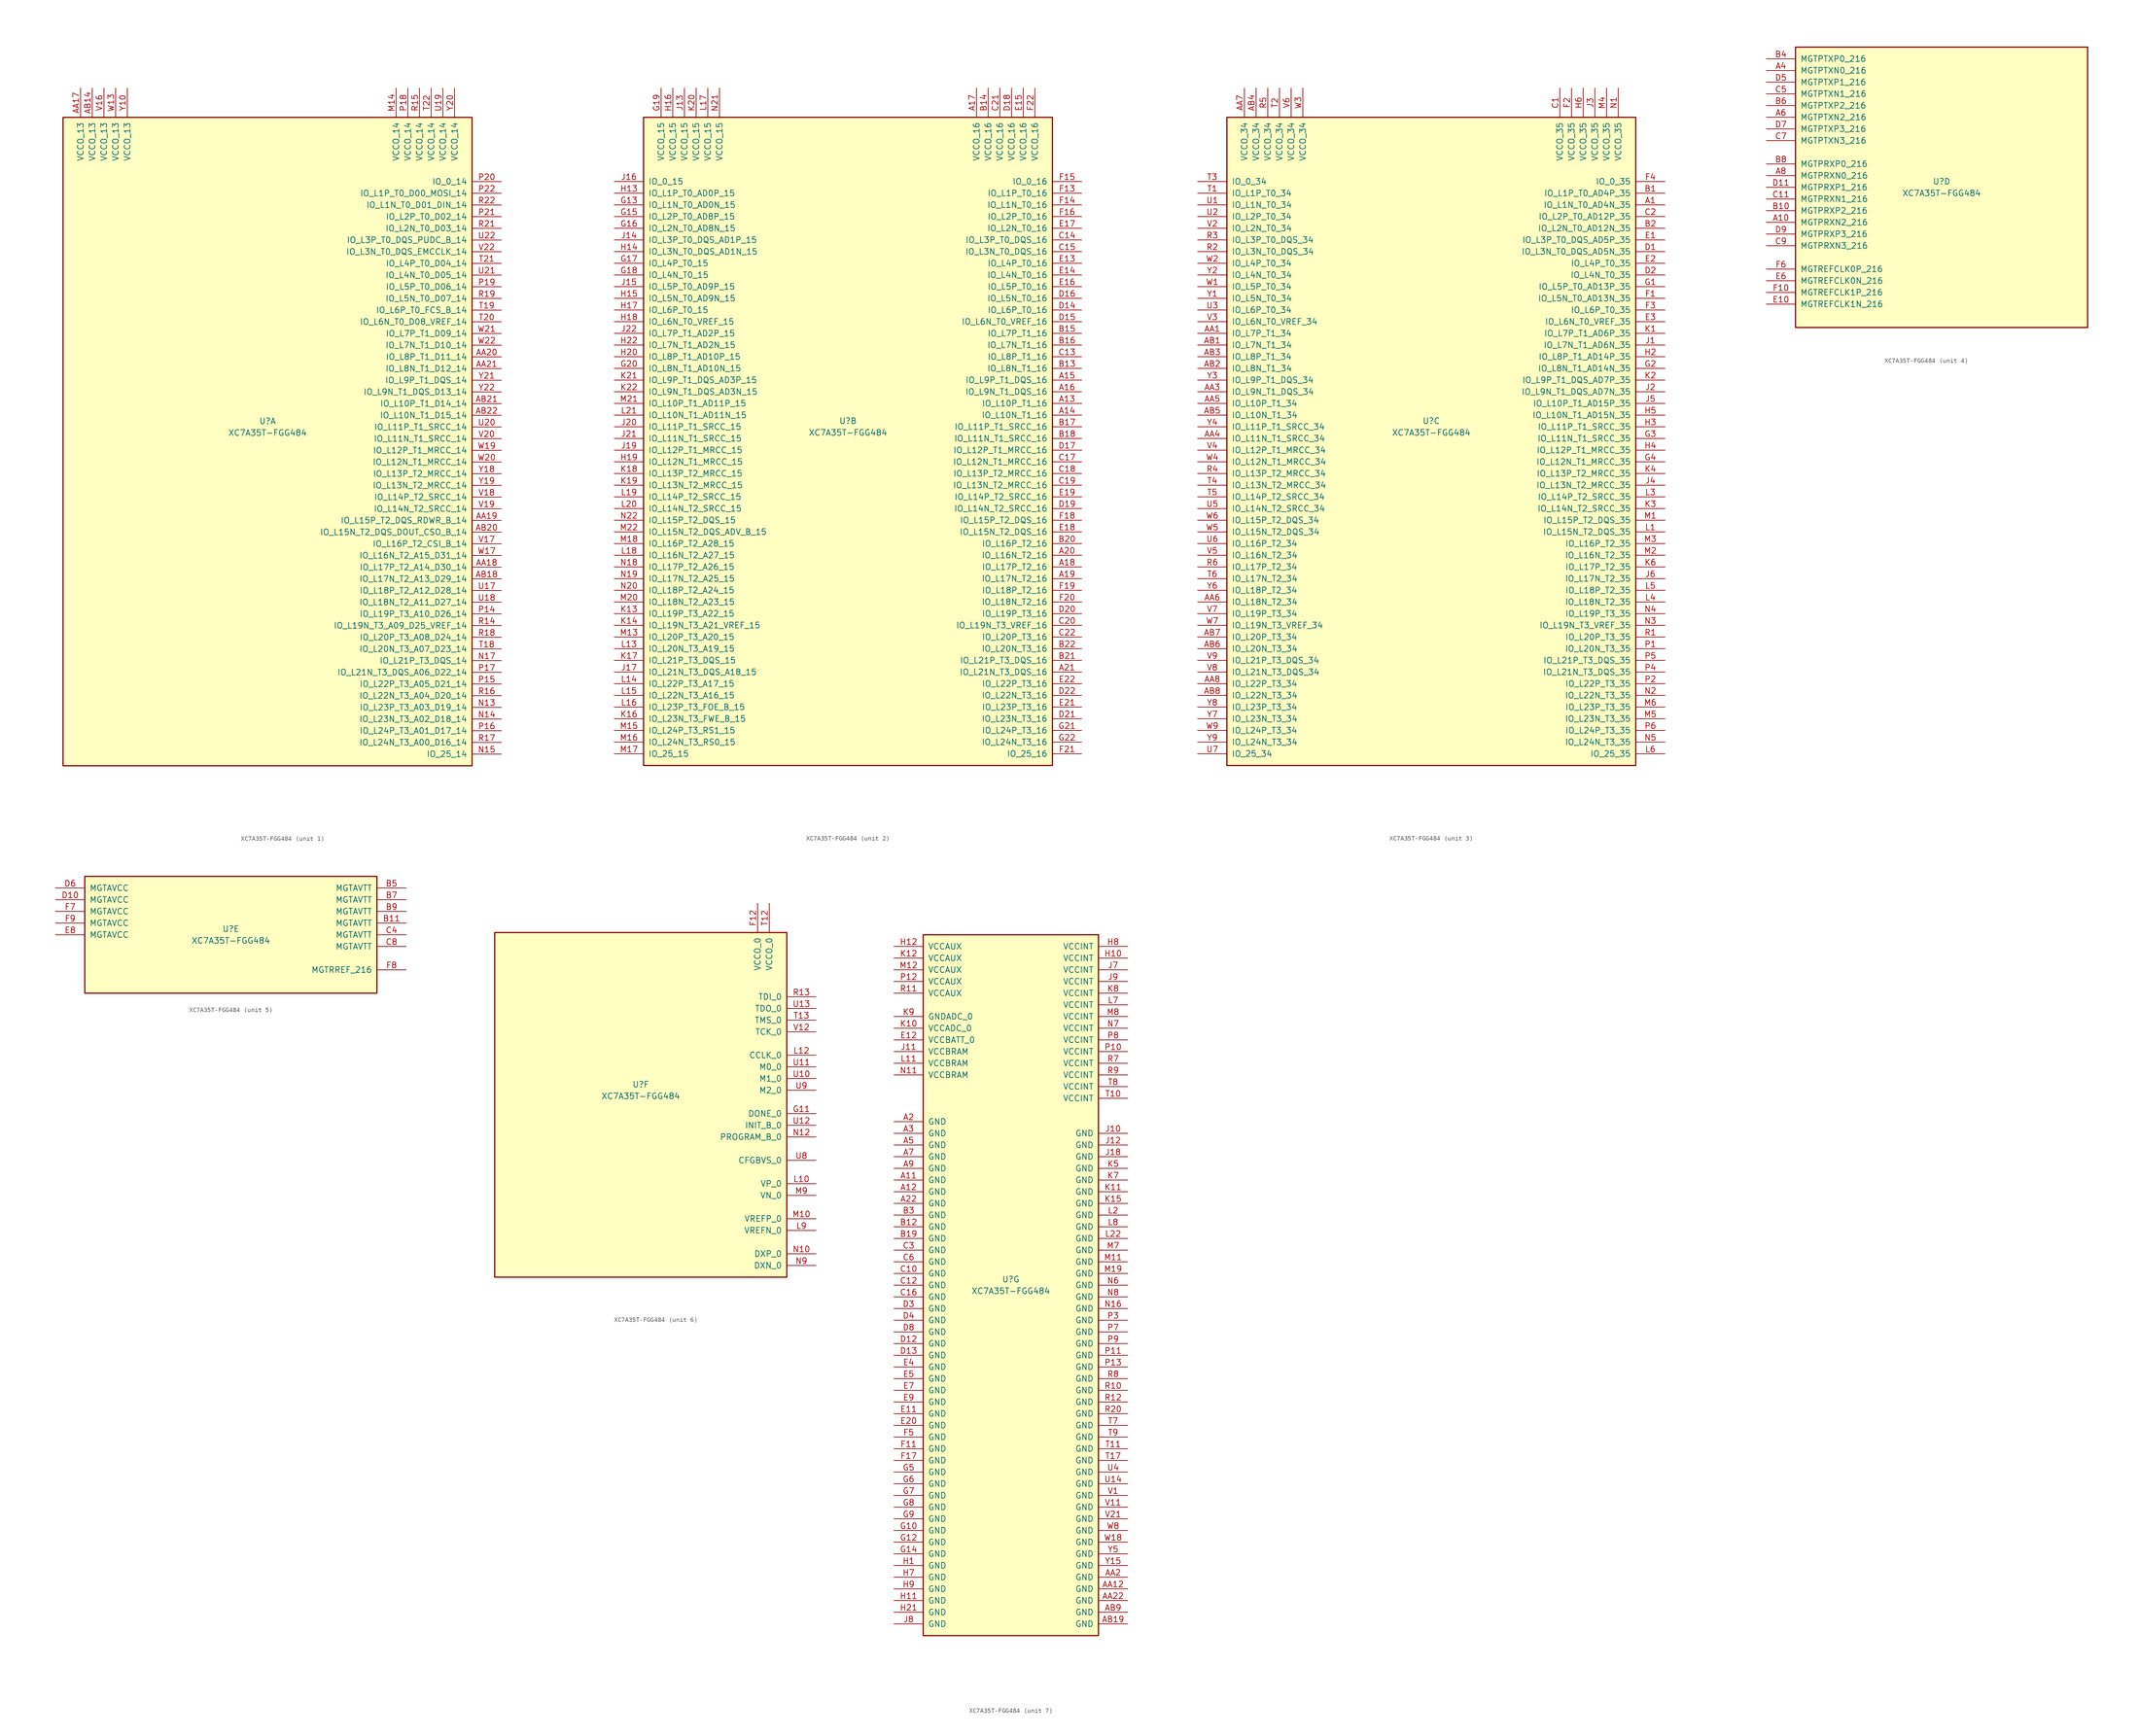
<source format=kicad_sym>
(kicad_symbol_lib
  (version 20231120)
  (generator "kicad_symbol_editor")
  (generator_version "8.0")
  (symbol "XC7A35T-FGG484"
    (pin_names
      (offset 1.016))
    (property "Reference" "U"
      (at 0 1.27 0)
      (effects (font (size 1.27 1.27))))
    (property "Value" "XC7A35T-FGG484"
      (at 0 -1.27 0)
      (effects (font (size 1.27 1.27))))
    (property "Datasheet" ""
      (at 0 0 0)
      (effects (font (size 1.27 1.27))))
    (property "ki_locked" ""
      (at 0 0 0)
      (effects (font (size 1.27 1.27))))
    (symbol "XC7A35T-FGG484_1_1"
      (rectangle (start -44.45 67.31) (end 44.45 -73.66) (stroke (width 0.254) (type solid)) (fill (type background)))
      (pin power_in line (at -40.64 73.66 270) (length 6.35) (name "VCCO_13" (effects (font (size 1.27 1.27)))) (number "AA17" (effects (font (size 1.27 1.27)))))
      (pin bidirectional line (at 50.8 -30.48 180) (length 6.35) (name "IO_L17P_T2_A14_D30_14" (effects (font (size 1.27 1.27)))) (number "AA18" (effects (font (size 1.27 1.27)))))
      (pin bidirectional line (at 50.8 -20.32 180) (length 6.35) (name "IO_L15P_T2_DQS_RDWR_B_14" (effects (font (size 1.27 1.27)))) (number "AA19" (effects (font (size 1.27 1.27)))))
      (pin bidirectional line (at 50.8 15.24 180) (length 6.35) (name "IO_L8P_T1_D11_14" (effects (font (size 1.27 1.27)))) (number "AA20" (effects (font (size 1.27 1.27)))))
      (pin bidirectional line (at 50.8 12.7 180) (length 6.35) (name "IO_L8N_T1_D12_14" (effects (font (size 1.27 1.27)))) (number "AA21" (effects (font (size 1.27 1.27)))))
      (pin power_in line (at -38.1 73.66 270) (length 6.35) (name "VCCO_13" (effects (font (size 1.27 1.27)))) (number "AB14" (effects (font (size 1.27 1.27)))))
      (pin bidirectional line (at 50.8 -33.02 180) (length 6.35) (name "IO_L17N_T2_A13_D29_14" (effects (font (size 1.27 1.27)))) (number "AB18" (effects (font (size 1.27 1.27)))))
      (pin bidirectional line (at 50.8 -22.86 180) (length 6.35) (name "IO_L15N_T2_DQS_DOUT_CSO_B_14" (effects (font (size 1.27 1.27)))) (number "AB20" (effects (font (size 1.27 1.27)))))
      (pin bidirectional line (at 50.8 5.08 180) (length 6.35) (name "IO_L10P_T1_D14_14" (effects (font (size 1.27 1.27)))) (number "AB21" (effects (font (size 1.27 1.27)))))
      (pin bidirectional line (at 50.8 2.54 180) (length 6.35) (name "IO_L10N_T1_D15_14" (effects (font (size 1.27 1.27)))) (number "AB22" (effects (font (size 1.27 1.27)))))
      (pin power_in line (at 27.94 73.66 270) (length 6.35) (name "VCCO_14" (effects (font (size 1.27 1.27)))) (number "M14" (effects (font (size 1.27 1.27)))))
      (pin bidirectional line (at 50.8 -60.96 180) (length 6.35) (name "IO_L23P_T3_A03_D19_14" (effects (font (size 1.27 1.27)))) (number "N13" (effects (font (size 1.27 1.27)))))
      (pin bidirectional line (at 50.8 -63.5 180) (length 6.35) (name "IO_L23N_T3_A02_D18_14" (effects (font (size 1.27 1.27)))) (number "N14" (effects (font (size 1.27 1.27)))))
      (pin bidirectional line (at 50.8 -71.12 180) (length 6.35) (name "IO_25_14" (effects (font (size 1.27 1.27)))) (number "N15" (effects (font (size 1.27 1.27)))))
      (pin bidirectional line (at 50.8 -50.8 180) (length 6.35) (name "IO_L21P_T3_DQS_14" (effects (font (size 1.27 1.27)))) (number "N17" (effects (font (size 1.27 1.27)))))
      (pin bidirectional line (at 50.8 -40.64 180) (length 6.35) (name "IO_L19P_T3_A10_D26_14" (effects (font (size 1.27 1.27)))) (number "P14" (effects (font (size 1.27 1.27)))))
      (pin bidirectional line (at 50.8 -55.88 180) (length 6.35) (name "IO_L22P_T3_A05_D21_14" (effects (font (size 1.27 1.27)))) (number "P15" (effects (font (size 1.27 1.27)))))
      (pin bidirectional line (at 50.8 -66.04 180) (length 6.35) (name "IO_L24P_T3_A01_D17_14" (effects (font (size 1.27 1.27)))) (number "P16" (effects (font (size 1.27 1.27)))))
      (pin bidirectional line (at 50.8 -53.34 180) (length 6.35) (name "IO_L21N_T3_DQS_A06_D22_14" (effects (font (size 1.27 1.27)))) (number "P17" (effects (font (size 1.27 1.27)))))
      (pin power_in line (at 30.48 73.66 270) (length 6.35) (name "VCCO_14" (effects (font (size 1.27 1.27)))) (number "P18" (effects (font (size 1.27 1.27)))))
      (pin bidirectional line (at 50.8 30.48 180) (length 6.35) (name "IO_L5P_T0_D06_14" (effects (font (size 1.27 1.27)))) (number "P19" (effects (font (size 1.27 1.27)))))
      (pin bidirectional line (at 50.8 53.34 180) (length 6.35) (name "IO_0_14" (effects (font (size 1.27 1.27)))) (number "P20" (effects (font (size 1.27 1.27)))))
      (pin bidirectional line (at 50.8 45.72 180) (length 6.35) (name "IO_L2P_T0_D02_14" (effects (font (size 1.27 1.27)))) (number "P21" (effects (font (size 1.27 1.27)))))
      (pin bidirectional line (at 50.8 50.8 180) (length 6.35) (name "IO_L1P_T0_D00_MOSI_14" (effects (font (size 1.27 1.27)))) (number "P22" (effects (font (size 1.27 1.27)))))
      (pin bidirectional line (at 50.8 -43.18 180) (length 6.35) (name "IO_L19N_T3_A09_D25_VREF_14" (effects (font (size 1.27 1.27)))) (number "R14" (effects (font (size 1.27 1.27)))))
      (pin power_in line (at 33.02 73.66 270) (length 6.35) (name "VCCO_14" (effects (font (size 1.27 1.27)))) (number "R15" (effects (font (size 1.27 1.27)))))
      (pin bidirectional line (at 50.8 -58.42 180) (length 6.35) (name "IO_L22N_T3_A04_D20_14" (effects (font (size 1.27 1.27)))) (number "R16" (effects (font (size 1.27 1.27)))))
      (pin bidirectional line (at 50.8 -68.58 180) (length 6.35) (name "IO_L24N_T3_A00_D16_14" (effects (font (size 1.27 1.27)))) (number "R17" (effects (font (size 1.27 1.27)))))
      (pin bidirectional line (at 50.8 -45.72 180) (length 6.35) (name "IO_L20P_T3_A08_D24_14" (effects (font (size 1.27 1.27)))) (number "R18" (effects (font (size 1.27 1.27)))))
      (pin bidirectional line (at 50.8 27.94 180) (length 6.35) (name "IO_L5N_T0_D07_14" (effects (font (size 1.27 1.27)))) (number "R19" (effects (font (size 1.27 1.27)))))
      (pin bidirectional line (at 50.8 43.18 180) (length 6.35) (name "IO_L2N_T0_D03_14" (effects (font (size 1.27 1.27)))) (number "R21" (effects (font (size 1.27 1.27)))))
      (pin bidirectional line (at 50.8 48.26 180) (length 6.35) (name "IO_L1N_T0_D01_DIN_14" (effects (font (size 1.27 1.27)))) (number "R22" (effects (font (size 1.27 1.27)))))
      (pin bidirectional line (at 50.8 -48.26 180) (length 6.35) (name "IO_L20N_T3_A07_D23_14" (effects (font (size 1.27 1.27)))) (number "T18" (effects (font (size 1.27 1.27)))))
      (pin bidirectional line (at 50.8 25.4 180) (length 6.35) (name "IO_L6P_T0_FCS_B_14" (effects (font (size 1.27 1.27)))) (number "T19" (effects (font (size 1.27 1.27)))))
      (pin bidirectional line (at 50.8 22.86 180) (length 6.35) (name "IO_L6N_T0_D08_VREF_14" (effects (font (size 1.27 1.27)))) (number "T20" (effects (font (size 1.27 1.27)))))
      (pin bidirectional line (at 50.8 35.56 180) (length 6.35) (name "IO_L4P_T0_D04_14" (effects (font (size 1.27 1.27)))) (number "T21" (effects (font (size 1.27 1.27)))))
      (pin power_in line (at 35.56 73.66 270) (length 6.35) (name "VCCO_14" (effects (font (size 1.27 1.27)))) (number "T22" (effects (font (size 1.27 1.27)))))
      (pin bidirectional line (at 50.8 -35.56 180) (length 6.35) (name "IO_L18P_T2_A12_D28_14" (effects (font (size 1.27 1.27)))) (number "U17" (effects (font (size 1.27 1.27)))))
      (pin bidirectional line (at 50.8 -38.1 180) (length 6.35) (name "IO_L18N_T2_A11_D27_14" (effects (font (size 1.27 1.27)))) (number "U18" (effects (font (size 1.27 1.27)))))
      (pin power_in line (at 38.1 73.66 270) (length 6.35) (name "VCCO_14" (effects (font (size 1.27 1.27)))) (number "U19" (effects (font (size 1.27 1.27)))))
      (pin bidirectional line (at 50.8 0 180) (length 6.35) (name "IO_L11P_T1_SRCC_14" (effects (font (size 1.27 1.27)))) (number "U20" (effects (font (size 1.27 1.27)))))
      (pin bidirectional line (at 50.8 33.02 180) (length 6.35) (name "IO_L4N_T0_D05_14" (effects (font (size 1.27 1.27)))) (number "U21" (effects (font (size 1.27 1.27)))))
      (pin bidirectional line (at 50.8 40.64 180) (length 6.35) (name "IO_L3P_T0_DQS_PUDC_B_14" (effects (font (size 1.27 1.27)))) (number "U22" (effects (font (size 1.27 1.27)))))
      (pin power_in line (at -35.56 73.66 270) (length 6.35) (name "VCCO_13" (effects (font (size 1.27 1.27)))) (number "V16" (effects (font (size 1.27 1.27)))))
      (pin bidirectional line (at 50.8 -25.4 180) (length 6.35) (name "IO_L16P_T2_CSI_B_14" (effects (font (size 1.27 1.27)))) (number "V17" (effects (font (size 1.27 1.27)))))
      (pin bidirectional line (at 50.8 -15.24 180) (length 6.35) (name "IO_L14P_T2_SRCC_14" (effects (font (size 1.27 1.27)))) (number "V18" (effects (font (size 1.27 1.27)))))
      (pin bidirectional line (at 50.8 -17.78 180) (length 6.35) (name "IO_L14N_T2_SRCC_14" (effects (font (size 1.27 1.27)))) (number "V19" (effects (font (size 1.27 1.27)))))
      (pin bidirectional line (at 50.8 -2.54 180) (length 6.35) (name "IO_L11N_T1_SRCC_14" (effects (font (size 1.27 1.27)))) (number "V20" (effects (font (size 1.27 1.27)))))
      (pin bidirectional line (at 50.8 38.1 180) (length 6.35) (name "IO_L3N_T0_DQS_EMCCLK_14" (effects (font (size 1.27 1.27)))) (number "V22" (effects (font (size 1.27 1.27)))))
      (pin power_in line (at -33.02 73.66 270) (length 6.35) (name "VCCO_13" (effects (font (size 1.27 1.27)))) (number "W13" (effects (font (size 1.27 1.27)))))
      (pin bidirectional line (at 50.8 -27.94 180) (length 6.35) (name "IO_L16N_T2_A15_D31_14" (effects (font (size 1.27 1.27)))) (number "W17" (effects (font (size 1.27 1.27)))))
      (pin bidirectional line (at 50.8 -5.08 180) (length 6.35) (name "IO_L12P_T1_MRCC_14" (effects (font (size 1.27 1.27)))) (number "W19" (effects (font (size 1.27 1.27)))))
      (pin bidirectional line (at 50.8 -7.62 180) (length 6.35) (name "IO_L12N_T1_MRCC_14" (effects (font (size 1.27 1.27)))) (number "W20" (effects (font (size 1.27 1.27)))))
      (pin bidirectional line (at 50.8 20.32 180) (length 6.35) (name "IO_L7P_T1_D09_14" (effects (font (size 1.27 1.27)))) (number "W21" (effects (font (size 1.27 1.27)))))
      (pin bidirectional line (at 50.8 17.78 180) (length 6.35) (name "IO_L7N_T1_D10_14" (effects (font (size 1.27 1.27)))) (number "W22" (effects (font (size 1.27 1.27)))))
      (pin power_in line (at -30.48 73.66 270) (length 6.35) (name "VCCO_13" (effects (font (size 1.27 1.27)))) (number "Y10" (effects (font (size 1.27 1.27)))))
      (pin bidirectional line (at 50.8 -10.16 180) (length 6.35) (name "IO_L13P_T2_MRCC_14" (effects (font (size 1.27 1.27)))) (number "Y18" (effects (font (size 1.27 1.27)))))
      (pin bidirectional line (at 50.8 -12.7 180) (length 6.35) (name "IO_L13N_T2_MRCC_14" (effects (font (size 1.27 1.27)))) (number "Y19" (effects (font (size 1.27 1.27)))))
      (pin power_in line (at 40.64 73.66 270) (length 6.35) (name "VCCO_14" (effects (font (size 1.27 1.27)))) (number "Y20" (effects (font (size 1.27 1.27)))))
      (pin bidirectional line (at 50.8 10.16 180) (length 6.35) (name "IO_L9P_T1_DQS_14" (effects (font (size 1.27 1.27)))) (number "Y21" (effects (font (size 1.27 1.27)))))
      (pin bidirectional line (at 50.8 7.62 180) (length 6.35) (name "IO_L9N_T1_DQS_D13_14" (effects (font (size 1.27 1.27)))) (number "Y22" (effects (font (size 1.27 1.27))))))
    (symbol "XC7A35T-FGG484_2_1"
      (rectangle (start -44.45 67.31) (end 44.45 -73.66) (stroke (width 0.254) (type solid)) (fill (type background)))
      (pin bidirectional line (at 50.8 5.08 180) (length 6.35) (name "IO_L10P_T1_16" (effects (font (size 1.27 1.27)))) (number "A13" (effects (font (size 1.27 1.27)))))
      (pin bidirectional line (at 50.8 2.54 180) (length 6.35) (name "IO_L10N_T1_16" (effects (font (size 1.27 1.27)))) (number "A14" (effects (font (size 1.27 1.27)))))
      (pin bidirectional line (at 50.8 10.16 180) (length 6.35) (name "IO_L9P_T1_DQS_16" (effects (font (size 1.27 1.27)))) (number "A15" (effects (font (size 1.27 1.27)))))
      (pin bidirectional line (at 50.8 7.62 180) (length 6.35) (name "IO_L9N_T1_DQS_16" (effects (font (size 1.27 1.27)))) (number "A16" (effects (font (size 1.27 1.27)))))
      (pin power_in line (at 27.94 73.66 270) (length 6.35) (name "VCCO_16" (effects (font (size 1.27 1.27)))) (number "A17" (effects (font (size 1.27 1.27)))))
      (pin bidirectional line (at 50.8 -30.48 180) (length 6.35) (name "IO_L17P_T2_16" (effects (font (size 1.27 1.27)))) (number "A18" (effects (font (size 1.27 1.27)))))
      (pin bidirectional line (at 50.8 -33.02 180) (length 6.35) (name "IO_L17N_T2_16" (effects (font (size 1.27 1.27)))) (number "A19" (effects (font (size 1.27 1.27)))))
      (pin bidirectional line (at 50.8 -27.94 180) (length 6.35) (name "IO_L16N_T2_16" (effects (font (size 1.27 1.27)))) (number "A20" (effects (font (size 1.27 1.27)))))
      (pin bidirectional line (at 50.8 -53.34 180) (length 6.35) (name "IO_L21N_T3_DQS_16" (effects (font (size 1.27 1.27)))) (number "A21" (effects (font (size 1.27 1.27)))))
      (pin bidirectional line (at 50.8 12.7 180) (length 6.35) (name "IO_L8N_T1_16" (effects (font (size 1.27 1.27)))) (number "B13" (effects (font (size 1.27 1.27)))))
      (pin power_in line (at 30.48 73.66 270) (length 6.35) (name "VCCO_16" (effects (font (size 1.27 1.27)))) (number "B14" (effects (font (size 1.27 1.27)))))
      (pin bidirectional line (at 50.8 20.32 180) (length 6.35) (name "IO_L7P_T1_16" (effects (font (size 1.27 1.27)))) (number "B15" (effects (font (size 1.27 1.27)))))
      (pin bidirectional line (at 50.8 17.78 180) (length 6.35) (name "IO_L7N_T1_16" (effects (font (size 1.27 1.27)))) (number "B16" (effects (font (size 1.27 1.27)))))
      (pin bidirectional line (at 50.8 0 180) (length 6.35) (name "IO_L11P_T1_SRCC_16" (effects (font (size 1.27 1.27)))) (number "B17" (effects (font (size 1.27 1.27)))))
      (pin bidirectional line (at 50.8 -2.54 180) (length 6.35) (name "IO_L11N_T1_SRCC_16" (effects (font (size 1.27 1.27)))) (number "B18" (effects (font (size 1.27 1.27)))))
      (pin bidirectional line (at 50.8 -25.4 180) (length 6.35) (name "IO_L16P_T2_16" (effects (font (size 1.27 1.27)))) (number "B20" (effects (font (size 1.27 1.27)))))
      (pin bidirectional line (at 50.8 -50.8 180) (length 6.35) (name "IO_L21P_T3_DQS_16" (effects (font (size 1.27 1.27)))) (number "B21" (effects (font (size 1.27 1.27)))))
      (pin bidirectional line (at 50.8 -48.26 180) (length 6.35) (name "IO_L20N_T3_16" (effects (font (size 1.27 1.27)))) (number "B22" (effects (font (size 1.27 1.27)))))
      (pin bidirectional line (at 50.8 15.24 180) (length 6.35) (name "IO_L8P_T1_16" (effects (font (size 1.27 1.27)))) (number "C13" (effects (font (size 1.27 1.27)))))
      (pin bidirectional line (at 50.8 40.64 180) (length 6.35) (name "IO_L3P_T0_DQS_16" (effects (font (size 1.27 1.27)))) (number "C14" (effects (font (size 1.27 1.27)))))
      (pin bidirectional line (at 50.8 38.1 180) (length 6.35) (name "IO_L3N_T0_DQS_16" (effects (font (size 1.27 1.27)))) (number "C15" (effects (font (size 1.27 1.27)))))
      (pin bidirectional line (at 50.8 -7.62 180) (length 6.35) (name "IO_L12N_T1_MRCC_16" (effects (font (size 1.27 1.27)))) (number "C17" (effects (font (size 1.27 1.27)))))
      (pin bidirectional line (at 50.8 -10.16 180) (length 6.35) (name "IO_L13P_T2_MRCC_16" (effects (font (size 1.27 1.27)))) (number "C18" (effects (font (size 1.27 1.27)))))
      (pin bidirectional line (at 50.8 -12.7 180) (length 6.35) (name "IO_L13N_T2_MRCC_16" (effects (font (size 1.27 1.27)))) (number "C19" (effects (font (size 1.27 1.27)))))
      (pin bidirectional line (at 50.8 -43.18 180) (length 6.35) (name "IO_L19N_T3_VREF_16" (effects (font (size 1.27 1.27)))) (number "C20" (effects (font (size 1.27 1.27)))))
      (pin power_in line (at 33.02 73.66 270) (length 6.35) (name "VCCO_16" (effects (font (size 1.27 1.27)))) (number "C21" (effects (font (size 1.27 1.27)))))
      (pin bidirectional line (at 50.8 -45.72 180) (length 6.35) (name "IO_L20P_T3_16" (effects (font (size 1.27 1.27)))) (number "C22" (effects (font (size 1.27 1.27)))))
      (pin bidirectional line (at 50.8 25.4 180) (length 6.35) (name "IO_L6P_T0_16" (effects (font (size 1.27 1.27)))) (number "D14" (effects (font (size 1.27 1.27)))))
      (pin bidirectional line (at 50.8 22.86 180) (length 6.35) (name "IO_L6N_T0_VREF_16" (effects (font (size 1.27 1.27)))) (number "D15" (effects (font (size 1.27 1.27)))))
      (pin bidirectional line (at 50.8 27.94 180) (length 6.35) (name "IO_L5N_T0_16" (effects (font (size 1.27 1.27)))) (number "D16" (effects (font (size 1.27 1.27)))))
      (pin bidirectional line (at 50.8 -5.08 180) (length 6.35) (name "IO_L12P_T1_MRCC_16" (effects (font (size 1.27 1.27)))) (number "D17" (effects (font (size 1.27 1.27)))))
      (pin power_in line (at 35.56 73.66 270) (length 6.35) (name "VCCO_16" (effects (font (size 1.27 1.27)))) (number "D18" (effects (font (size 1.27 1.27)))))
      (pin bidirectional line (at 50.8 -17.78 180) (length 6.35) (name "IO_L14N_T2_SRCC_16" (effects (font (size 1.27 1.27)))) (number "D19" (effects (font (size 1.27 1.27)))))
      (pin bidirectional line (at 50.8 -40.64 180) (length 6.35) (name "IO_L19P_T3_16" (effects (font (size 1.27 1.27)))) (number "D20" (effects (font (size 1.27 1.27)))))
      (pin bidirectional line (at 50.8 -63.5 180) (length 6.35) (name "IO_L23N_T3_16" (effects (font (size 1.27 1.27)))) (number "D21" (effects (font (size 1.27 1.27)))))
      (pin bidirectional line (at 50.8 -58.42 180) (length 6.35) (name "IO_L22N_T3_16" (effects (font (size 1.27 1.27)))) (number "D22" (effects (font (size 1.27 1.27)))))
      (pin bidirectional line (at 50.8 35.56 180) (length 6.35) (name "IO_L4P_T0_16" (effects (font (size 1.27 1.27)))) (number "E13" (effects (font (size 1.27 1.27)))))
      (pin bidirectional line (at 50.8 33.02 180) (length 6.35) (name "IO_L4N_T0_16" (effects (font (size 1.27 1.27)))) (number "E14" (effects (font (size 1.27 1.27)))))
      (pin power_in line (at 38.1 73.66 270) (length 6.35) (name "VCCO_16" (effects (font (size 1.27 1.27)))) (number "E15" (effects (font (size 1.27 1.27)))))
      (pin bidirectional line (at 50.8 30.48 180) (length 6.35) (name "IO_L5P_T0_16" (effects (font (size 1.27 1.27)))) (number "E16" (effects (font (size 1.27 1.27)))))
      (pin bidirectional line (at 50.8 43.18 180) (length 6.35) (name "IO_L2N_T0_16" (effects (font (size 1.27 1.27)))) (number "E17" (effects (font (size 1.27 1.27)))))
      (pin bidirectional line (at 50.8 -22.86 180) (length 6.35) (name "IO_L15N_T2_DQS_16" (effects (font (size 1.27 1.27)))) (number "E18" (effects (font (size 1.27 1.27)))))
      (pin bidirectional line (at 50.8 -15.24 180) (length 6.35) (name "IO_L14P_T2_SRCC_16" (effects (font (size 1.27 1.27)))) (number "E19" (effects (font (size 1.27 1.27)))))
      (pin bidirectional line (at 50.8 -60.96 180) (length 6.35) (name "IO_L23P_T3_16" (effects (font (size 1.27 1.27)))) (number "E21" (effects (font (size 1.27 1.27)))))
      (pin bidirectional line (at 50.8 -55.88 180) (length 6.35) (name "IO_L22P_T3_16" (effects (font (size 1.27 1.27)))) (number "E22" (effects (font (size 1.27 1.27)))))
      (pin bidirectional line (at 50.8 50.8 180) (length 6.35) (name "IO_L1P_T0_16" (effects (font (size 1.27 1.27)))) (number "F13" (effects (font (size 1.27 1.27)))))
      (pin bidirectional line (at 50.8 48.26 180) (length 6.35) (name "IO_L1N_T0_16" (effects (font (size 1.27 1.27)))) (number "F14" (effects (font (size 1.27 1.27)))))
      (pin bidirectional line (at 50.8 53.34 180) (length 6.35) (name "IO_0_16" (effects (font (size 1.27 1.27)))) (number "F15" (effects (font (size 1.27 1.27)))))
      (pin bidirectional line (at 50.8 45.72 180) (length 6.35) (name "IO_L2P_T0_16" (effects (font (size 1.27 1.27)))) (number "F16" (effects (font (size 1.27 1.27)))))
      (pin bidirectional line (at 50.8 -20.32 180) (length 6.35) (name "IO_L15P_T2_DQS_16" (effects (font (size 1.27 1.27)))) (number "F18" (effects (font (size 1.27 1.27)))))
      (pin bidirectional line (at 50.8 -35.56 180) (length 6.35) (name "IO_L18P_T2_16" (effects (font (size 1.27 1.27)))) (number "F19" (effects (font (size 1.27 1.27)))))
      (pin bidirectional line (at 50.8 -38.1 180) (length 6.35) (name "IO_L18N_T2_16" (effects (font (size 1.27 1.27)))) (number "F20" (effects (font (size 1.27 1.27)))))
      (pin bidirectional line (at 50.8 -71.12 180) (length 6.35) (name "IO_25_16" (effects (font (size 1.27 1.27)))) (number "F21" (effects (font (size 1.27 1.27)))))
      (pin power_in line (at 40.64 73.66 270) (length 6.35) (name "VCCO_16" (effects (font (size 1.27 1.27)))) (number "F22" (effects (font (size 1.27 1.27)))))
      (pin bidirectional line (at -50.8 48.26 0) (length 6.35) (name "IO_L1N_T0_AD0N_15" (effects (font (size 1.27 1.27)))) (number "G13" (effects (font (size 1.27 1.27)))))
      (pin bidirectional line (at -50.8 45.72 0) (length 6.35) (name "IO_L2P_T0_AD8P_15" (effects (font (size 1.27 1.27)))) (number "G15" (effects (font (size 1.27 1.27)))))
      (pin bidirectional line (at -50.8 43.18 0) (length 6.35) (name "IO_L2N_T0_AD8N_15" (effects (font (size 1.27 1.27)))) (number "G16" (effects (font (size 1.27 1.27)))))
      (pin bidirectional line (at -50.8 35.56 0) (length 6.35) (name "IO_L4P_T0_15" (effects (font (size 1.27 1.27)))) (number "G17" (effects (font (size 1.27 1.27)))))
      (pin bidirectional line (at -50.8 33.02 0) (length 6.35) (name "IO_L4N_T0_15" (effects (font (size 1.27 1.27)))) (number "G18" (effects (font (size 1.27 1.27)))))
      (pin power_in line (at -40.64 73.66 270) (length 6.35) (name "VCCO_15" (effects (font (size 1.27 1.27)))) (number "G19" (effects (font (size 1.27 1.27)))))
      (pin bidirectional line (at -50.8 12.7 0) (length 6.35) (name "IO_L8N_T1_AD10N_15" (effects (font (size 1.27 1.27)))) (number "G20" (effects (font (size 1.27 1.27)))))
      (pin bidirectional line (at 50.8 -66.04 180) (length 6.35) (name "IO_L24P_T3_16" (effects (font (size 1.27 1.27)))) (number "G21" (effects (font (size 1.27 1.27)))))
      (pin bidirectional line (at 50.8 -68.58 180) (length 6.35) (name "IO_L24N_T3_16" (effects (font (size 1.27 1.27)))) (number "G22" (effects (font (size 1.27 1.27)))))
      (pin bidirectional line (at -50.8 50.8 0) (length 6.35) (name "IO_L1P_T0_AD0P_15" (effects (font (size 1.27 1.27)))) (number "H13" (effects (font (size 1.27 1.27)))))
      (pin bidirectional line (at -50.8 38.1 0) (length 6.35) (name "IO_L3N_T0_DQS_AD1N_15" (effects (font (size 1.27 1.27)))) (number "H14" (effects (font (size 1.27 1.27)))))
      (pin bidirectional line (at -50.8 27.94 0) (length 6.35) (name "IO_L5N_T0_AD9N_15" (effects (font (size 1.27 1.27)))) (number "H15" (effects (font (size 1.27 1.27)))))
      (pin power_in line (at -38.1 73.66 270) (length 6.35) (name "VCCO_15" (effects (font (size 1.27 1.27)))) (number "H16" (effects (font (size 1.27 1.27)))))
      (pin bidirectional line (at -50.8 25.4 0) (length 6.35) (name "IO_L6P_T0_15" (effects (font (size 1.27 1.27)))) (number "H17" (effects (font (size 1.27 1.27)))))
      (pin bidirectional line (at -50.8 22.86 0) (length 6.35) (name "IO_L6N_T0_VREF_15" (effects (font (size 1.27 1.27)))) (number "H18" (effects (font (size 1.27 1.27)))))
      (pin bidirectional line (at -50.8 -7.62 0) (length 6.35) (name "IO_L12N_T1_MRCC_15" (effects (font (size 1.27 1.27)))) (number "H19" (effects (font (size 1.27 1.27)))))
      (pin bidirectional line (at -50.8 15.24 0) (length 6.35) (name "IO_L8P_T1_AD10P_15" (effects (font (size 1.27 1.27)))) (number "H20" (effects (font (size 1.27 1.27)))))
      (pin bidirectional line (at -50.8 17.78 0) (length 6.35) (name "IO_L7N_T1_AD2N_15" (effects (font (size 1.27 1.27)))) (number "H22" (effects (font (size 1.27 1.27)))))
      (pin power_in line (at -35.56 73.66 270) (length 6.35) (name "VCCO_15" (effects (font (size 1.27 1.27)))) (number "J13" (effects (font (size 1.27 1.27)))))
      (pin bidirectional line (at -50.8 40.64 0) (length 6.35) (name "IO_L3P_T0_DQS_AD1P_15" (effects (font (size 1.27 1.27)))) (number "J14" (effects (font (size 1.27 1.27)))))
      (pin bidirectional line (at -50.8 30.48 0) (length 6.35) (name "IO_L5P_T0_AD9P_15" (effects (font (size 1.27 1.27)))) (number "J15" (effects (font (size 1.27 1.27)))))
      (pin bidirectional line (at -50.8 53.34 0) (length 6.35) (name "IO_0_15" (effects (font (size 1.27 1.27)))) (number "J16" (effects (font (size 1.27 1.27)))))
      (pin bidirectional line (at -50.8 -53.34 0) (length 6.35) (name "IO_L21N_T3_DQS_A18_15" (effects (font (size 1.27 1.27)))) (number "J17" (effects (font (size 1.27 1.27)))))
      (pin bidirectional line (at -50.8 -5.08 0) (length 6.35) (name "IO_L12P_T1_MRCC_15" (effects (font (size 1.27 1.27)))) (number "J19" (effects (font (size 1.27 1.27)))))
      (pin bidirectional line (at -50.8 0 0) (length 6.35) (name "IO_L11P_T1_SRCC_15" (effects (font (size 1.27 1.27)))) (number "J20" (effects (font (size 1.27 1.27)))))
      (pin bidirectional line (at -50.8 -2.54 0) (length 6.35) (name "IO_L11N_T1_SRCC_15" (effects (font (size 1.27 1.27)))) (number "J21" (effects (font (size 1.27 1.27)))))
      (pin bidirectional line (at -50.8 20.32 0) (length 6.35) (name "IO_L7P_T1_AD2P_15" (effects (font (size 1.27 1.27)))) (number "J22" (effects (font (size 1.27 1.27)))))
      (pin bidirectional line (at -50.8 -40.64 0) (length 6.35) (name "IO_L19P_T3_A22_15" (effects (font (size 1.27 1.27)))) (number "K13" (effects (font (size 1.27 1.27)))))
      (pin bidirectional line (at -50.8 -43.18 0) (length 6.35) (name "IO_L19N_T3_A21_VREF_15" (effects (font (size 1.27 1.27)))) (number "K14" (effects (font (size 1.27 1.27)))))
      (pin bidirectional line (at -50.8 -63.5 0) (length 6.35) (name "IO_L23N_T3_FWE_B_15" (effects (font (size 1.27 1.27)))) (number "K16" (effects (font (size 1.27 1.27)))))
      (pin bidirectional line (at -50.8 -50.8 0) (length 6.35) (name "IO_L21P_T3_DQS_15" (effects (font (size 1.27 1.27)))) (number "K17" (effects (font (size 1.27 1.27)))))
      (pin bidirectional line (at -50.8 -10.16 0) (length 6.35) (name "IO_L13P_T2_MRCC_15" (effects (font (size 1.27 1.27)))) (number "K18" (effects (font (size 1.27 1.27)))))
      (pin bidirectional line (at -50.8 -12.7 0) (length 6.35) (name "IO_L13N_T2_MRCC_15" (effects (font (size 1.27 1.27)))) (number "K19" (effects (font (size 1.27 1.27)))))
      (pin power_in line (at -33.02 73.66 270) (length 6.35) (name "VCCO_15" (effects (font (size 1.27 1.27)))) (number "K20" (effects (font (size 1.27 1.27)))))
      (pin bidirectional line (at -50.8 10.16 0) (length 6.35) (name "IO_L9P_T1_DQS_AD3P_15" (effects (font (size 1.27 1.27)))) (number "K21" (effects (font (size 1.27 1.27)))))
      (pin bidirectional line (at -50.8 7.62 0) (length 6.35) (name "IO_L9N_T1_DQS_AD3N_15" (effects (font (size 1.27 1.27)))) (number "K22" (effects (font (size 1.27 1.27)))))
      (pin bidirectional line (at -50.8 -48.26 0) (length 6.35) (name "IO_L20N_T3_A19_15" (effects (font (size 1.27 1.27)))) (number "L13" (effects (font (size 1.27 1.27)))))
      (pin bidirectional line (at -50.8 -55.88 0) (length 6.35) (name "IO_L22P_T3_A17_15" (effects (font (size 1.27 1.27)))) (number "L14" (effects (font (size 1.27 1.27)))))
      (pin bidirectional line (at -50.8 -58.42 0) (length 6.35) (name "IO_L22N_T3_A16_15" (effects (font (size 1.27 1.27)))) (number "L15" (effects (font (size 1.27 1.27)))))
      (pin bidirectional line (at -50.8 -60.96 0) (length 6.35) (name "IO_L23P_T3_FOE_B_15" (effects (font (size 1.27 1.27)))) (number "L16" (effects (font (size 1.27 1.27)))))
      (pin power_in line (at -30.48 73.66 270) (length 6.35) (name "VCCO_15" (effects (font (size 1.27 1.27)))) (number "L17" (effects (font (size 1.27 1.27)))))
      (pin bidirectional line (at -50.8 -27.94 0) (length 6.35) (name "IO_L16N_T2_A27_15" (effects (font (size 1.27 1.27)))) (number "L18" (effects (font (size 1.27 1.27)))))
      (pin bidirectional line (at -50.8 -15.24 0) (length 6.35) (name "IO_L14P_T2_SRCC_15" (effects (font (size 1.27 1.27)))) (number "L19" (effects (font (size 1.27 1.27)))))
      (pin bidirectional line (at -50.8 -17.78 0) (length 6.35) (name "IO_L14N_T2_SRCC_15" (effects (font (size 1.27 1.27)))) (number "L20" (effects (font (size 1.27 1.27)))))
      (pin bidirectional line (at -50.8 2.54 0) (length 6.35) (name "IO_L10N_T1_AD11N_15" (effects (font (size 1.27 1.27)))) (number "L21" (effects (font (size 1.27 1.27)))))
      (pin bidirectional line (at -50.8 -45.72 0) (length 6.35) (name "IO_L20P_T3_A20_15" (effects (font (size 1.27 1.27)))) (number "M13" (effects (font (size 1.27 1.27)))))
      (pin bidirectional line (at -50.8 -66.04 0) (length 6.35) (name "IO_L24P_T3_RS1_15" (effects (font (size 1.27 1.27)))) (number "M15" (effects (font (size 1.27 1.27)))))
      (pin bidirectional line (at -50.8 -68.58 0) (length 6.35) (name "IO_L24N_T3_RS0_15" (effects (font (size 1.27 1.27)))) (number "M16" (effects (font (size 1.27 1.27)))))
      (pin bidirectional line (at -50.8 -71.12 0) (length 6.35) (name "IO_25_15" (effects (font (size 1.27 1.27)))) (number "M17" (effects (font (size 1.27 1.27)))))
      (pin bidirectional line (at -50.8 -25.4 0) (length 6.35) (name "IO_L16P_T2_A28_15" (effects (font (size 1.27 1.27)))) (number "M18" (effects (font (size 1.27 1.27)))))
      (pin bidirectional line (at -50.8 -38.1 0) (length 6.35) (name "IO_L18N_T2_A23_15" (effects (font (size 1.27 1.27)))) (number "M20" (effects (font (size 1.27 1.27)))))
      (pin bidirectional line (at -50.8 5.08 0) (length 6.35) (name "IO_L10P_T1_AD11P_15" (effects (font (size 1.27 1.27)))) (number "M21" (effects (font (size 1.27 1.27)))))
      (pin bidirectional line (at -50.8 -22.86 0) (length 6.35) (name "IO_L15N_T2_DQS_ADV_B_15" (effects (font (size 1.27 1.27)))) (number "M22" (effects (font (size 1.27 1.27)))))
      (pin bidirectional line (at -50.8 -30.48 0) (length 6.35) (name "IO_L17P_T2_A26_15" (effects (font (size 1.27 1.27)))) (number "N18" (effects (font (size 1.27 1.27)))))
      (pin bidirectional line (at -50.8 -33.02 0) (length 6.35) (name "IO_L17N_T2_A25_15" (effects (font (size 1.27 1.27)))) (number "N19" (effects (font (size 1.27 1.27)))))
      (pin bidirectional line (at -50.8 -35.56 0) (length 6.35) (name "IO_L18P_T2_A24_15" (effects (font (size 1.27 1.27)))) (number "N20" (effects (font (size 1.27 1.27)))))
      (pin power_in line (at -27.94 73.66 270) (length 6.35) (name "VCCO_15" (effects (font (size 1.27 1.27)))) (number "N21" (effects (font (size 1.27 1.27)))))
      (pin bidirectional line (at -50.8 -20.32 0) (length 6.35) (name "IO_L15P_T2_DQS_15" (effects (font (size 1.27 1.27)))) (number "N22" (effects (font (size 1.27 1.27))))))
    (symbol "XC7A35T-FGG484_3_1"
      (rectangle (start -44.45 67.31) (end 44.45 -73.66) (stroke (width 0.254) (type solid)) (fill (type background)))
      (pin bidirectional line (at 50.8 48.26 180) (length 6.35) (name "IO_L1N_T0_AD4N_35" (effects (font (size 1.27 1.27)))) (number "A1" (effects (font (size 1.27 1.27)))))
      (pin bidirectional line (at -50.8 20.32 0) (length 6.35) (name "IO_L7P_T1_34" (effects (font (size 1.27 1.27)))) (number "AA1" (effects (font (size 1.27 1.27)))))
      (pin bidirectional line (at -50.8 7.62 0) (length 6.35) (name "IO_L9N_T1_DQS_34" (effects (font (size 1.27 1.27)))) (number "AA3" (effects (font (size 1.27 1.27)))))
      (pin bidirectional line (at -50.8 -2.54 0) (length 6.35) (name "IO_L11N_T1_SRCC_34" (effects (font (size 1.27 1.27)))) (number "AA4" (effects (font (size 1.27 1.27)))))
      (pin bidirectional line (at -50.8 5.08 0) (length 6.35) (name "IO_L10P_T1_34" (effects (font (size 1.27 1.27)))) (number "AA5" (effects (font (size 1.27 1.27)))))
      (pin bidirectional line (at -50.8 -38.1 0) (length 6.35) (name "IO_L18N_T2_34" (effects (font (size 1.27 1.27)))) (number "AA6" (effects (font (size 1.27 1.27)))))
      (pin power_in line (at -40.64 73.66 270) (length 6.35) (name "VCCO_34" (effects (font (size 1.27 1.27)))) (number "AA7" (effects (font (size 1.27 1.27)))))
      (pin bidirectional line (at -50.8 -55.88 0) (length 6.35) (name "IO_L22P_T3_34" (effects (font (size 1.27 1.27)))) (number "AA8" (effects (font (size 1.27 1.27)))))
      (pin bidirectional line (at -50.8 17.78 0) (length 6.35) (name "IO_L7N_T1_34" (effects (font (size 1.27 1.27)))) (number "AB1" (effects (font (size 1.27 1.27)))))
      (pin bidirectional line (at -50.8 12.7 0) (length 6.35) (name "IO_L8N_T1_34" (effects (font (size 1.27 1.27)))) (number "AB2" (effects (font (size 1.27 1.27)))))
      (pin bidirectional line (at -50.8 15.24 0) (length 6.35) (name "IO_L8P_T1_34" (effects (font (size 1.27 1.27)))) (number "AB3" (effects (font (size 1.27 1.27)))))
      (pin power_in line (at -38.1 73.66 270) (length 6.35) (name "VCCO_34" (effects (font (size 1.27 1.27)))) (number "AB4" (effects (font (size 1.27 1.27)))))
      (pin bidirectional line (at -50.8 2.54 0) (length 6.35) (name "IO_L10N_T1_34" (effects (font (size 1.27 1.27)))) (number "AB5" (effects (font (size 1.27 1.27)))))
      (pin bidirectional line (at -50.8 -48.26 0) (length 6.35) (name "IO_L20N_T3_34" (effects (font (size 1.27 1.27)))) (number "AB6" (effects (font (size 1.27 1.27)))))
      (pin bidirectional line (at -50.8 -45.72 0) (length 6.35) (name "IO_L20P_T3_34" (effects (font (size 1.27 1.27)))) (number "AB7" (effects (font (size 1.27 1.27)))))
      (pin bidirectional line (at -50.8 -58.42 0) (length 6.35) (name "IO_L22N_T3_34" (effects (font (size 1.27 1.27)))) (number "AB8" (effects (font (size 1.27 1.27)))))
      (pin bidirectional line (at 50.8 50.8 180) (length 6.35) (name "IO_L1P_T0_AD4P_35" (effects (font (size 1.27 1.27)))) (number "B1" (effects (font (size 1.27 1.27)))))
      (pin bidirectional line (at 50.8 43.18 180) (length 6.35) (name "IO_L2N_T0_AD12N_35" (effects (font (size 1.27 1.27)))) (number "B2" (effects (font (size 1.27 1.27)))))
      (pin power_in line (at 27.94 73.66 270) (length 6.35) (name "VCCO_35" (effects (font (size 1.27 1.27)))) (number "C1" (effects (font (size 1.27 1.27)))))
      (pin bidirectional line (at 50.8 45.72 180) (length 6.35) (name "IO_L2P_T0_AD12P_35" (effects (font (size 1.27 1.27)))) (number "C2" (effects (font (size 1.27 1.27)))))
      (pin bidirectional line (at 50.8 38.1 180) (length 6.35) (name "IO_L3N_T0_DQS_AD5N_35" (effects (font (size 1.27 1.27)))) (number "D1" (effects (font (size 1.27 1.27)))))
      (pin bidirectional line (at 50.8 33.02 180) (length 6.35) (name "IO_L4N_T0_35" (effects (font (size 1.27 1.27)))) (number "D2" (effects (font (size 1.27 1.27)))))
      (pin bidirectional line (at 50.8 40.64 180) (length 6.35) (name "IO_L3P_T0_DQS_AD5P_35" (effects (font (size 1.27 1.27)))) (number "E1" (effects (font (size 1.27 1.27)))))
      (pin bidirectional line (at 50.8 35.56 180) (length 6.35) (name "IO_L4P_T0_35" (effects (font (size 1.27 1.27)))) (number "E2" (effects (font (size 1.27 1.27)))))
      (pin bidirectional line (at 50.8 22.86 180) (length 6.35) (name "IO_L6N_T0_VREF_35" (effects (font (size 1.27 1.27)))) (number "E3" (effects (font (size 1.27 1.27)))))
      (pin bidirectional line (at 50.8 27.94 180) (length 6.35) (name "IO_L5N_T0_AD13N_35" (effects (font (size 1.27 1.27)))) (number "F1" (effects (font (size 1.27 1.27)))))
      (pin power_in line (at 30.48 73.66 270) (length 6.35) (name "VCCO_35" (effects (font (size 1.27 1.27)))) (number "F2" (effects (font (size 1.27 1.27)))))
      (pin bidirectional line (at 50.8 25.4 180) (length 6.35) (name "IO_L6P_T0_35" (effects (font (size 1.27 1.27)))) (number "F3" (effects (font (size 1.27 1.27)))))
      (pin bidirectional line (at 50.8 53.34 180) (length 6.35) (name "IO_0_35" (effects (font (size 1.27 1.27)))) (number "F4" (effects (font (size 1.27 1.27)))))
      (pin bidirectional line (at 50.8 30.48 180) (length 6.35) (name "IO_L5P_T0_AD13P_35" (effects (font (size 1.27 1.27)))) (number "G1" (effects (font (size 1.27 1.27)))))
      (pin bidirectional line (at 50.8 12.7 180) (length 6.35) (name "IO_L8N_T1_AD14N_35" (effects (font (size 1.27 1.27)))) (number "G2" (effects (font (size 1.27 1.27)))))
      (pin bidirectional line (at 50.8 -2.54 180) (length 6.35) (name "IO_L11N_T1_SRCC_35" (effects (font (size 1.27 1.27)))) (number "G3" (effects (font (size 1.27 1.27)))))
      (pin bidirectional line (at 50.8 -7.62 180) (length 6.35) (name "IO_L12N_T1_MRCC_35" (effects (font (size 1.27 1.27)))) (number "G4" (effects (font (size 1.27 1.27)))))
      (pin bidirectional line (at 50.8 15.24 180) (length 6.35) (name "IO_L8P_T1_AD14P_35" (effects (font (size 1.27 1.27)))) (number "H2" (effects (font (size 1.27 1.27)))))
      (pin bidirectional line (at 50.8 0 180) (length 6.35) (name "IO_L11P_T1_SRCC_35" (effects (font (size 1.27 1.27)))) (number "H3" (effects (font (size 1.27 1.27)))))
      (pin bidirectional line (at 50.8 -5.08 180) (length 6.35) (name "IO_L12P_T1_MRCC_35" (effects (font (size 1.27 1.27)))) (number "H4" (effects (font (size 1.27 1.27)))))
      (pin bidirectional line (at 50.8 2.54 180) (length 6.35) (name "IO_L10N_T1_AD15N_35" (effects (font (size 1.27 1.27)))) (number "H5" (effects (font (size 1.27 1.27)))))
      (pin power_in line (at 33.02 73.66 270) (length 6.35) (name "VCCO_35" (effects (font (size 1.27 1.27)))) (number "H6" (effects (font (size 1.27 1.27)))))
      (pin bidirectional line (at 50.8 17.78 180) (length 6.35) (name "IO_L7N_T1_AD6N_35" (effects (font (size 1.27 1.27)))) (number "J1" (effects (font (size 1.27 1.27)))))
      (pin bidirectional line (at 50.8 7.62 180) (length 6.35) (name "IO_L9N_T1_DQS_AD7N_35" (effects (font (size 1.27 1.27)))) (number "J2" (effects (font (size 1.27 1.27)))))
      (pin power_in line (at 35.56 73.66 270) (length 6.35) (name "VCCO_35" (effects (font (size 1.27 1.27)))) (number "J3" (effects (font (size 1.27 1.27)))))
      (pin bidirectional line (at 50.8 -12.7 180) (length 6.35) (name "IO_L13N_T2_MRCC_35" (effects (font (size 1.27 1.27)))) (number "J4" (effects (font (size 1.27 1.27)))))
      (pin bidirectional line (at 50.8 5.08 180) (length 6.35) (name "IO_L10P_T1_AD15P_35" (effects (font (size 1.27 1.27)))) (number "J5" (effects (font (size 1.27 1.27)))))
      (pin bidirectional line (at 50.8 -33.02 180) (length 6.35) (name "IO_L17N_T2_35" (effects (font (size 1.27 1.27)))) (number "J6" (effects (font (size 1.27 1.27)))))
      (pin bidirectional line (at 50.8 20.32 180) (length 6.35) (name "IO_L7P_T1_AD6P_35" (effects (font (size 1.27 1.27)))) (number "K1" (effects (font (size 1.27 1.27)))))
      (pin bidirectional line (at 50.8 10.16 180) (length 6.35) (name "IO_L9P_T1_DQS_AD7P_35" (effects (font (size 1.27 1.27)))) (number "K2" (effects (font (size 1.27 1.27)))))
      (pin bidirectional line (at 50.8 -17.78 180) (length 6.35) (name "IO_L14N_T2_SRCC_35" (effects (font (size 1.27 1.27)))) (number "K3" (effects (font (size 1.27 1.27)))))
      (pin bidirectional line (at 50.8 -10.16 180) (length 6.35) (name "IO_L13P_T2_MRCC_35" (effects (font (size 1.27 1.27)))) (number "K4" (effects (font (size 1.27 1.27)))))
      (pin bidirectional line (at 50.8 -30.48 180) (length 6.35) (name "IO_L17P_T2_35" (effects (font (size 1.27 1.27)))) (number "K6" (effects (font (size 1.27 1.27)))))
      (pin bidirectional line (at 50.8 -22.86 180) (length 6.35) (name "IO_L15N_T2_DQS_35" (effects (font (size 1.27 1.27)))) (number "L1" (effects (font (size 1.27 1.27)))))
      (pin bidirectional line (at 50.8 -15.24 180) (length 6.35) (name "IO_L14P_T2_SRCC_35" (effects (font (size 1.27 1.27)))) (number "L3" (effects (font (size 1.27 1.27)))))
      (pin bidirectional line (at 50.8 -38.1 180) (length 6.35) (name "IO_L18N_T2_35" (effects (font (size 1.27 1.27)))) (number "L4" (effects (font (size 1.27 1.27)))))
      (pin bidirectional line (at 50.8 -35.56 180) (length 6.35) (name "IO_L18P_T2_35" (effects (font (size 1.27 1.27)))) (number "L5" (effects (font (size 1.27 1.27)))))
      (pin bidirectional line (at 50.8 -71.12 180) (length 6.35) (name "IO_25_35" (effects (font (size 1.27 1.27)))) (number "L6" (effects (font (size 1.27 1.27)))))
      (pin bidirectional line (at 50.8 -20.32 180) (length 6.35) (name "IO_L15P_T2_DQS_35" (effects (font (size 1.27 1.27)))) (number "M1" (effects (font (size 1.27 1.27)))))
      (pin bidirectional line (at 50.8 -27.94 180) (length 6.35) (name "IO_L16N_T2_35" (effects (font (size 1.27 1.27)))) (number "M2" (effects (font (size 1.27 1.27)))))
      (pin bidirectional line (at 50.8 -25.4 180) (length 6.35) (name "IO_L16P_T2_35" (effects (font (size 1.27 1.27)))) (number "M3" (effects (font (size 1.27 1.27)))))
      (pin power_in line (at 38.1 73.66 270) (length 6.35) (name "VCCO_35" (effects (font (size 1.27 1.27)))) (number "M4" (effects (font (size 1.27 1.27)))))
      (pin bidirectional line (at 50.8 -63.5 180) (length 6.35) (name "IO_L23N_T3_35" (effects (font (size 1.27 1.27)))) (number "M5" (effects (font (size 1.27 1.27)))))
      (pin bidirectional line (at 50.8 -60.96 180) (length 6.35) (name "IO_L23P_T3_35" (effects (font (size 1.27 1.27)))) (number "M6" (effects (font (size 1.27 1.27)))))
      (pin power_in line (at 40.64 73.66 270) (length 6.35) (name "VCCO_35" (effects (font (size 1.27 1.27)))) (number "N1" (effects (font (size 1.27 1.27)))))
      (pin bidirectional line (at 50.8 -58.42 180) (length 6.35) (name "IO_L22N_T3_35" (effects (font (size 1.27 1.27)))) (number "N2" (effects (font (size 1.27 1.27)))))
      (pin bidirectional line (at 50.8 -43.18 180) (length 6.35) (name "IO_L19N_T3_VREF_35" (effects (font (size 1.27 1.27)))) (number "N3" (effects (font (size 1.27 1.27)))))
      (pin bidirectional line (at 50.8 -40.64 180) (length 6.35) (name "IO_L19P_T3_35" (effects (font (size 1.27 1.27)))) (number "N4" (effects (font (size 1.27 1.27)))))
      (pin bidirectional line (at 50.8 -68.58 180) (length 6.35) (name "IO_L24N_T3_35" (effects (font (size 1.27 1.27)))) (number "N5" (effects (font (size 1.27 1.27)))))
      (pin bidirectional line (at 50.8 -48.26 180) (length 6.35) (name "IO_L20N_T3_35" (effects (font (size 1.27 1.27)))) (number "P1" (effects (font (size 1.27 1.27)))))
      (pin bidirectional line (at 50.8 -55.88 180) (length 6.35) (name "IO_L22P_T3_35" (effects (font (size 1.27 1.27)))) (number "P2" (effects (font (size 1.27 1.27)))))
      (pin bidirectional line (at 50.8 -53.34 180) (length 6.35) (name "IO_L21N_T3_DQS_35" (effects (font (size 1.27 1.27)))) (number "P4" (effects (font (size 1.27 1.27)))))
      (pin bidirectional line (at 50.8 -50.8 180) (length 6.35) (name "IO_L21P_T3_DQS_35" (effects (font (size 1.27 1.27)))) (number "P5" (effects (font (size 1.27 1.27)))))
      (pin bidirectional line (at 50.8 -66.04 180) (length 6.35) (name "IO_L24P_T3_35" (effects (font (size 1.27 1.27)))) (number "P6" (effects (font (size 1.27 1.27)))))
      (pin bidirectional line (at 50.8 -45.72 180) (length 6.35) (name "IO_L20P_T3_35" (effects (font (size 1.27 1.27)))) (number "R1" (effects (font (size 1.27 1.27)))))
      (pin bidirectional line (at -50.8 38.1 0) (length 6.35) (name "IO_L3N_T0_DQS_34" (effects (font (size 1.27 1.27)))) (number "R2" (effects (font (size 1.27 1.27)))))
      (pin bidirectional line (at -50.8 40.64 0) (length 6.35) (name "IO_L3P_T0_DQS_34" (effects (font (size 1.27 1.27)))) (number "R3" (effects (font (size 1.27 1.27)))))
      (pin bidirectional line (at -50.8 -10.16 0) (length 6.35) (name "IO_L13P_T2_MRCC_34" (effects (font (size 1.27 1.27)))) (number "R4" (effects (font (size 1.27 1.27)))))
      (pin power_in line (at -35.56 73.66 270) (length 6.35) (name "VCCO_34" (effects (font (size 1.27 1.27)))) (number "R5" (effects (font (size 1.27 1.27)))))
      (pin bidirectional line (at -50.8 -30.48 0) (length 6.35) (name "IO_L17P_T2_34" (effects (font (size 1.27 1.27)))) (number "R6" (effects (font (size 1.27 1.27)))))
      (pin bidirectional line (at -50.8 50.8 0) (length 6.35) (name "IO_L1P_T0_34" (effects (font (size 1.27 1.27)))) (number "T1" (effects (font (size 1.27 1.27)))))
      (pin power_in line (at -33.02 73.66 270) (length 6.35) (name "VCCO_34" (effects (font (size 1.27 1.27)))) (number "T2" (effects (font (size 1.27 1.27)))))
      (pin bidirectional line (at -50.8 53.34 0) (length 6.35) (name "IO_0_34" (effects (font (size 1.27 1.27)))) (number "T3" (effects (font (size 1.27 1.27)))))
      (pin bidirectional line (at -50.8 -12.7 0) (length 6.35) (name "IO_L13N_T2_MRCC_34" (effects (font (size 1.27 1.27)))) (number "T4" (effects (font (size 1.27 1.27)))))
      (pin bidirectional line (at -50.8 -15.24 0) (length 6.35) (name "IO_L14P_T2_SRCC_34" (effects (font (size 1.27 1.27)))) (number "T5" (effects (font (size 1.27 1.27)))))
      (pin bidirectional line (at -50.8 -33.02 0) (length 6.35) (name "IO_L17N_T2_34" (effects (font (size 1.27 1.27)))) (number "T6" (effects (font (size 1.27 1.27)))))
      (pin bidirectional line (at -50.8 48.26 0) (length 6.35) (name "IO_L1N_T0_34" (effects (font (size 1.27 1.27)))) (number "U1" (effects (font (size 1.27 1.27)))))
      (pin bidirectional line (at -50.8 45.72 0) (length 6.35) (name "IO_L2P_T0_34" (effects (font (size 1.27 1.27)))) (number "U2" (effects (font (size 1.27 1.27)))))
      (pin bidirectional line (at -50.8 25.4 0) (length 6.35) (name "IO_L6P_T0_34" (effects (font (size 1.27 1.27)))) (number "U3" (effects (font (size 1.27 1.27)))))
      (pin bidirectional line (at -50.8 -17.78 0) (length 6.35) (name "IO_L14N_T2_SRCC_34" (effects (font (size 1.27 1.27)))) (number "U5" (effects (font (size 1.27 1.27)))))
      (pin bidirectional line (at -50.8 -25.4 0) (length 6.35) (name "IO_L16P_T2_34" (effects (font (size 1.27 1.27)))) (number "U6" (effects (font (size 1.27 1.27)))))
      (pin bidirectional line (at -50.8 -71.12 0) (length 6.35) (name "IO_25_34" (effects (font (size 1.27 1.27)))) (number "U7" (effects (font (size 1.27 1.27)))))
      (pin bidirectional line (at -50.8 43.18 0) (length 6.35) (name "IO_L2N_T0_34" (effects (font (size 1.27 1.27)))) (number "V2" (effects (font (size 1.27 1.27)))))
      (pin bidirectional line (at -50.8 22.86 0) (length 6.35) (name "IO_L6N_T0_VREF_34" (effects (font (size 1.27 1.27)))) (number "V3" (effects (font (size 1.27 1.27)))))
      (pin bidirectional line (at -50.8 -5.08 0) (length 6.35) (name "IO_L12P_T1_MRCC_34" (effects (font (size 1.27 1.27)))) (number "V4" (effects (font (size 1.27 1.27)))))
      (pin bidirectional line (at -50.8 -27.94 0) (length 6.35) (name "IO_L16N_T2_34" (effects (font (size 1.27 1.27)))) (number "V5" (effects (font (size 1.27 1.27)))))
      (pin power_in line (at -30.48 73.66 270) (length 6.35) (name "VCCO_34" (effects (font (size 1.27 1.27)))) (number "V6" (effects (font (size 1.27 1.27)))))
      (pin bidirectional line (at -50.8 -40.64 0) (length 6.35) (name "IO_L19P_T3_34" (effects (font (size 1.27 1.27)))) (number "V7" (effects (font (size 1.27 1.27)))))
      (pin bidirectional line (at -50.8 -53.34 0) (length 6.35) (name "IO_L21N_T3_DQS_34" (effects (font (size 1.27 1.27)))) (number "V8" (effects (font (size 1.27 1.27)))))
      (pin bidirectional line (at -50.8 -50.8 0) (length 6.35) (name "IO_L21P_T3_DQS_34" (effects (font (size 1.27 1.27)))) (number "V9" (effects (font (size 1.27 1.27)))))
      (pin bidirectional line (at -50.8 30.48 0) (length 6.35) (name "IO_L5P_T0_34" (effects (font (size 1.27 1.27)))) (number "W1" (effects (font (size 1.27 1.27)))))
      (pin bidirectional line (at -50.8 35.56 0) (length 6.35) (name "IO_L4P_T0_34" (effects (font (size 1.27 1.27)))) (number "W2" (effects (font (size 1.27 1.27)))))
      (pin power_in line (at -27.94 73.66 270) (length 6.35) (name "VCCO_34" (effects (font (size 1.27 1.27)))) (number "W3" (effects (font (size 1.27 1.27)))))
      (pin bidirectional line (at -50.8 -7.62 0) (length 6.35) (name "IO_L12N_T1_MRCC_34" (effects (font (size 1.27 1.27)))) (number "W4" (effects (font (size 1.27 1.27)))))
      (pin bidirectional line (at -50.8 -22.86 0) (length 6.35) (name "IO_L15N_T2_DQS_34" (effects (font (size 1.27 1.27)))) (number "W5" (effects (font (size 1.27 1.27)))))
      (pin bidirectional line (at -50.8 -20.32 0) (length 6.35) (name "IO_L15P_T2_DQS_34" (effects (font (size 1.27 1.27)))) (number "W6" (effects (font (size 1.27 1.27)))))
      (pin bidirectional line (at -50.8 -43.18 0) (length 6.35) (name "IO_L19N_T3_VREF_34" (effects (font (size 1.27 1.27)))) (number "W7" (effects (font (size 1.27 1.27)))))
      (pin bidirectional line (at -50.8 -66.04 0) (length 6.35) (name "IO_L24P_T3_34" (effects (font (size 1.27 1.27)))) (number "W9" (effects (font (size 1.27 1.27)))))
      (pin bidirectional line (at -50.8 27.94 0) (length 6.35) (name "IO_L5N_T0_34" (effects (font (size 1.27 1.27)))) (number "Y1" (effects (font (size 1.27 1.27)))))
      (pin bidirectional line (at -50.8 33.02 0) (length 6.35) (name "IO_L4N_T0_34" (effects (font (size 1.27 1.27)))) (number "Y2" (effects (font (size 1.27 1.27)))))
      (pin bidirectional line (at -50.8 10.16 0) (length 6.35) (name "IO_L9P_T1_DQS_34" (effects (font (size 1.27 1.27)))) (number "Y3" (effects (font (size 1.27 1.27)))))
      (pin bidirectional line (at -50.8 0 0) (length 6.35) (name "IO_L11P_T1_SRCC_34" (effects (font (size 1.27 1.27)))) (number "Y4" (effects (font (size 1.27 1.27)))))
      (pin bidirectional line (at -50.8 -35.56 0) (length 6.35) (name "IO_L18P_T2_34" (effects (font (size 1.27 1.27)))) (number "Y6" (effects (font (size 1.27 1.27)))))
      (pin bidirectional line (at -50.8 -63.5 0) (length 6.35) (name "IO_L23N_T3_34" (effects (font (size 1.27 1.27)))) (number "Y7" (effects (font (size 1.27 1.27)))))
      (pin bidirectional line (at -50.8 -60.96 0) (length 6.35) (name "IO_L23P_T3_34" (effects (font (size 1.27 1.27)))) (number "Y8" (effects (font (size 1.27 1.27)))))
      (pin bidirectional line (at -50.8 -68.58 0) (length 6.35) (name "IO_L24N_T3_34" (effects (font (size 1.27 1.27)))) (number "Y9" (effects (font (size 1.27 1.27))))))
    (symbol "XC7A35T-FGG484_4_1"
      (rectangle (start -31.75 30.48) (end 31.75 -30.48) (stroke (width 0.254) (type solid)) (fill (type background)))
      (pin bidirectional line (at -38.1 -7.62 0) (length 6.35) (name "MGTPRXN2_216" (effects (font (size 1.27 1.27)))) (number "A10" (effects (font (size 1.27 1.27)))))
      (pin bidirectional line (at -38.1 25.4 0) (length 6.35) (name "MGTPTXN0_216" (effects (font (size 1.27 1.27)))) (number "A4" (effects (font (size 1.27 1.27)))))
      (pin bidirectional line (at -38.1 15.24 0) (length 6.35) (name "MGTPTXN2_216" (effects (font (size 1.27 1.27)))) (number "A6" (effects (font (size 1.27 1.27)))))
      (pin bidirectional line (at -38.1 2.54 0) (length 6.35) (name "MGTPRXN0_216" (effects (font (size 1.27 1.27)))) (number "A8" (effects (font (size 1.27 1.27)))))
      (pin bidirectional line (at -38.1 -5.08 0) (length 6.35) (name "MGTPRXP2_216" (effects (font (size 1.27 1.27)))) (number "B10" (effects (font (size 1.27 1.27)))))
      (pin bidirectional line (at -38.1 27.94 0) (length 6.35) (name "MGTPTXP0_216" (effects (font (size 1.27 1.27)))) (number "B4" (effects (font (size 1.27 1.27)))))
      (pin bidirectional line (at -38.1 17.78 0) (length 6.35) (name "MGTPTXP2_216" (effects (font (size 1.27 1.27)))) (number "B6" (effects (font (size 1.27 1.27)))))
      (pin bidirectional line (at -38.1 5.08 0) (length 6.35) (name "MGTPRXP0_216" (effects (font (size 1.27 1.27)))) (number "B8" (effects (font (size 1.27 1.27)))))
      (pin bidirectional line (at -38.1 -2.54 0) (length 6.35) (name "MGTPRXN1_216" (effects (font (size 1.27 1.27)))) (number "C11" (effects (font (size 1.27 1.27)))))
      (pin bidirectional line (at -38.1 20.32 0) (length 6.35) (name "MGTPTXN1_216" (effects (font (size 1.27 1.27)))) (number "C5" (effects (font (size 1.27 1.27)))))
      (pin bidirectional line (at -38.1 10.16 0) (length 6.35) (name "MGTPTXN3_216" (effects (font (size 1.27 1.27)))) (number "C7" (effects (font (size 1.27 1.27)))))
      (pin bidirectional line (at -38.1 -12.7 0) (length 6.35) (name "MGTPRXN3_216" (effects (font (size 1.27 1.27)))) (number "C9" (effects (font (size 1.27 1.27)))))
      (pin bidirectional line (at -38.1 0 0) (length 6.35) (name "MGTPRXP1_216" (effects (font (size 1.27 1.27)))) (number "D11" (effects (font (size 1.27 1.27)))))
      (pin bidirectional line (at -38.1 22.86 0) (length 6.35) (name "MGTPTXP1_216" (effects (font (size 1.27 1.27)))) (number "D5" (effects (font (size 1.27 1.27)))))
      (pin bidirectional line (at -38.1 12.7 0) (length 6.35) (name "MGTPTXP3_216" (effects (font (size 1.27 1.27)))) (number "D7" (effects (font (size 1.27 1.27)))))
      (pin bidirectional line (at -38.1 -10.16 0) (length 6.35) (name "MGTPRXP3_216" (effects (font (size 1.27 1.27)))) (number "D9" (effects (font (size 1.27 1.27)))))
      (pin bidirectional line (at -38.1 -25.4 0) (length 6.35) (name "MGTREFCLK1N_216" (effects (font (size 1.27 1.27)))) (number "E10" (effects (font (size 1.27 1.27)))))
      (pin bidirectional line (at -38.1 -20.32 0) (length 6.35) (name "MGTREFCLK0N_216" (effects (font (size 1.27 1.27)))) (number "E6" (effects (font (size 1.27 1.27)))))
      (pin bidirectional line (at -38.1 -22.86 0) (length 6.35) (name "MGTREFCLK1P_216" (effects (font (size 1.27 1.27)))) (number "F10" (effects (font (size 1.27 1.27)))))
      (pin bidirectional line (at -38.1 -17.78 0) (length 6.35) (name "MGTREFCLK0P_216" (effects (font (size 1.27 1.27)))) (number "F6" (effects (font (size 1.27 1.27))))))
    (symbol "XC7A35T-FGG484_5_1"
      (rectangle (start -31.75 12.7) (end 31.75 -12.7) (stroke (width 0.254) (type solid)) (fill (type background)))
      (pin power_in line (at 38.1 2.54 180) (length 6.35) (name "MGTAVTT" (effects (font (size 1.27 1.27)))) (number "B11" (effects (font (size 1.27 1.27)))))
      (pin power_in line (at 38.1 10.16 180) (length 6.35) (name "MGTAVTT" (effects (font (size 1.27 1.27)))) (number "B5" (effects (font (size 1.27 1.27)))))
      (pin power_in line (at 38.1 7.62 180) (length 6.35) (name "MGTAVTT" (effects (font (size 1.27 1.27)))) (number "B7" (effects (font (size 1.27 1.27)))))
      (pin power_in line (at 38.1 5.08 180) (length 6.35) (name "MGTAVTT" (effects (font (size 1.27 1.27)))) (number "B9" (effects (font (size 1.27 1.27)))))
      (pin power_in line (at 38.1 0 180) (length 6.35) (name "MGTAVTT" (effects (font (size 1.27 1.27)))) (number "C4" (effects (font (size 1.27 1.27)))))
      (pin power_in line (at 38.1 -2.54 180) (length 6.35) (name "MGTAVTT" (effects (font (size 1.27 1.27)))) (number "C8" (effects (font (size 1.27 1.27)))))
      (pin power_in line (at -38.1 7.62 0) (length 6.35) (name "MGTAVCC" (effects (font (size 1.27 1.27)))) (number "D10" (effects (font (size 1.27 1.27)))))
      (pin power_in line (at -38.1 10.16 0) (length 6.35) (name "MGTAVCC" (effects (font (size 1.27 1.27)))) (number "D6" (effects (font (size 1.27 1.27)))))
      (pin power_in line (at -38.1 0 0) (length 6.35) (name "MGTAVCC" (effects (font (size 1.27 1.27)))) (number "E8" (effects (font (size 1.27 1.27)))))
      (pin power_in line (at -38.1 5.08 0) (length 6.35) (name "MGTAVCC" (effects (font (size 1.27 1.27)))) (number "F7" (effects (font (size 1.27 1.27)))))
      (pin power_in line (at 38.1 -7.62 180) (length 6.35) (name "MGTRREF_216" (effects (font (size 1.27 1.27)))) (number "F8" (effects (font (size 1.27 1.27)))))
      (pin power_in line (at -38.1 2.54 0) (length 6.35) (name "MGTAVCC" (effects (font (size 1.27 1.27)))) (number "F9" (effects (font (size 1.27 1.27))))))
    (symbol "XC7A35T-FGG484_6_1"
      (rectangle (start -31.75 34.29) (end 31.75 -40.64) (stroke (width 0.254) (type solid)) (fill (type background)))
      (pin power_in line (at 25.4 40.64 270) (length 6.35) (name "VCCO_0" (effects (font (size 1.27 1.27)))) (number "F12" (effects (font (size 1.27 1.27)))))
      (pin bidirectional line (at 38.1 -5.08 180) (length 6.35) (name "DONE_0" (effects (font (size 1.27 1.27)))) (number "G11" (effects (font (size 1.27 1.27)))))
      (pin bidirectional line (at 38.1 -20.32 180) (length 6.35) (name "VP_0" (effects (font (size 1.27 1.27)))) (number "L10" (effects (font (size 1.27 1.27)))))
      (pin bidirectional line (at 38.1 7.62 180) (length 6.35) (name "CCLK_0" (effects (font (size 1.27 1.27)))) (number "L12" (effects (font (size 1.27 1.27)))))
      (pin bidirectional line (at 38.1 -30.48 180) (length 6.35) (name "VREFN_0" (effects (font (size 1.27 1.27)))) (number "L9" (effects (font (size 1.27 1.27)))))
      (pin bidirectional line (at 38.1 -27.94 180) (length 6.35) (name "VREFP_0" (effects (font (size 1.27 1.27)))) (number "M10" (effects (font (size 1.27 1.27)))))
      (pin bidirectional line (at 38.1 -22.86 180) (length 6.35) (name "VN_0" (effects (font (size 1.27 1.27)))) (number "M9" (effects (font (size 1.27 1.27)))))
      (pin bidirectional line (at 38.1 -35.56 180) (length 6.35) (name "DXP_0" (effects (font (size 1.27 1.27)))) (number "N10" (effects (font (size 1.27 1.27)))))
      (pin bidirectional line (at 38.1 -10.16 180) (length 6.35) (name "PROGRAM_B_0" (effects (font (size 1.27 1.27)))) (number "N12" (effects (font (size 1.27 1.27)))))
      (pin bidirectional line (at 38.1 -38.1 180) (length 6.35) (name "DXN_0" (effects (font (size 1.27 1.27)))) (number "N9" (effects (font (size 1.27 1.27)))))
      (pin bidirectional line (at 38.1 20.32 180) (length 6.35) (name "TDI_0" (effects (font (size 1.27 1.27)))) (number "R13" (effects (font (size 1.27 1.27)))))
      (pin power_in line (at 27.94 40.64 270) (length 6.35) (name "VCCO_0" (effects (font (size 1.27 1.27)))) (number "T12" (effects (font (size 1.27 1.27)))))
      (pin bidirectional line (at 38.1 15.24 180) (length 6.35) (name "TMS_0" (effects (font (size 1.27 1.27)))) (number "T13" (effects (font (size 1.27 1.27)))))
      (pin bidirectional line (at 38.1 2.54 180) (length 6.35) (name "M1_0" (effects (font (size 1.27 1.27)))) (number "U10" (effects (font (size 1.27 1.27)))))
      (pin bidirectional line (at 38.1 5.08 180) (length 6.35) (name "M0_0" (effects (font (size 1.27 1.27)))) (number "U11" (effects (font (size 1.27 1.27)))))
      (pin bidirectional line (at 38.1 -7.62 180) (length 6.35) (name "INIT_B_0" (effects (font (size 1.27 1.27)))) (number "U12" (effects (font (size 1.27 1.27)))))
      (pin bidirectional line (at 38.1 17.78 180) (length 6.35) (name "TDO_0" (effects (font (size 1.27 1.27)))) (number "U13" (effects (font (size 1.27 1.27)))))
      (pin bidirectional line (at 38.1 -15.24 180) (length 6.35) (name "CFGBVS_0" (effects (font (size 1.27 1.27)))) (number "U8" (effects (font (size 1.27 1.27)))))
      (pin bidirectional line (at 38.1 0 180) (length 6.35) (name "M2_0" (effects (font (size 1.27 1.27)))) (number "U9" (effects (font (size 1.27 1.27)))))
      (pin bidirectional line (at 38.1 12.7 180) (length 6.35) (name "TCK_0" (effects (font (size 1.27 1.27)))) (number "V12" (effects (font (size 1.27 1.27))))))
    (symbol "XC7A35T-FGG484_7_1"
      (rectangle (start -19.05 76.2) (end 19.05 -76.2) (stroke (width 0.254) (type solid)) (fill (type background)))
      (pin power_in line (at -25.4 22.86 0) (length 6.35) (name "GND" (effects (font (size 1.27 1.27)))) (number "A11" (effects (font (size 1.27 1.27)))))
      (pin power_in line (at -25.4 20.32 0) (length 6.35) (name "GND" (effects (font (size 1.27 1.27)))) (number "A12" (effects (font (size 1.27 1.27)))))
      (pin power_in line (at -25.4 35.56 0) (length 6.35) (name "GND" (effects (font (size 1.27 1.27)))) (number "A2" (effects (font (size 1.27 1.27)))))
      (pin power_in line (at -25.4 17.78 0) (length 6.35) (name "GND" (effects (font (size 1.27 1.27)))) (number "A22" (effects (font (size 1.27 1.27)))))
      (pin power_in line (at -25.4 33.02 0) (length 6.35) (name "GND" (effects (font (size 1.27 1.27)))) (number "A3" (effects (font (size 1.27 1.27)))))
      (pin power_in line (at -25.4 30.48 0) (length 6.35) (name "GND" (effects (font (size 1.27 1.27)))) (number "A5" (effects (font (size 1.27 1.27)))))
      (pin power_in line (at -25.4 27.94 0) (length 6.35) (name "GND" (effects (font (size 1.27 1.27)))) (number "A7" (effects (font (size 1.27 1.27)))))
      (pin power_in line (at -25.4 25.4 0) (length 6.35) (name "GND" (effects (font (size 1.27 1.27)))) (number "A9" (effects (font (size 1.27 1.27)))))
      (pin power_in line (at 25.4 -66.04 180) (length 6.35) (name "GND" (effects (font (size 1.27 1.27)))) (number "AA12" (effects (font (size 1.27 1.27)))))
      (pin power_in line (at 25.4 -63.5 180) (length 6.35) (name "GND" (effects (font (size 1.27 1.27)))) (number "AA2" (effects (font (size 1.27 1.27)))))
      (pin power_in line (at 25.4 -68.58 180) (length 6.35) (name "GND" (effects (font (size 1.27 1.27)))) (number "AA22" (effects (font (size 1.27 1.27)))))
      (pin power_in line (at 25.4 -73.66 180) (length 6.35) (name "GND" (effects (font (size 1.27 1.27)))) (number "AB19" (effects (font (size 1.27 1.27)))))
      (pin power_in line (at 25.4 -71.12 180) (length 6.35) (name "GND" (effects (font (size 1.27 1.27)))) (number "AB9" (effects (font (size 1.27 1.27)))))
      (pin power_in line (at -25.4 12.7 0) (length 6.35) (name "GND" (effects (font (size 1.27 1.27)))) (number "B12" (effects (font (size 1.27 1.27)))))
      (pin power_in line (at -25.4 10.16 0) (length 6.35) (name "GND" (effects (font (size 1.27 1.27)))) (number "B19" (effects (font (size 1.27 1.27)))))
      (pin power_in line (at -25.4 15.24 0) (length 6.35) (name "GND" (effects (font (size 1.27 1.27)))) (number "B3" (effects (font (size 1.27 1.27)))))
      (pin power_in line (at -25.4 2.54 0) (length 6.35) (name "GND" (effects (font (size 1.27 1.27)))) (number "C10" (effects (font (size 1.27 1.27)))))
      (pin power_in line (at -25.4 0 0) (length 6.35) (name "GND" (effects (font (size 1.27 1.27)))) (number "C12" (effects (font (size 1.27 1.27)))))
      (pin power_in line (at -25.4 -2.54 0) (length 6.35) (name "GND" (effects (font (size 1.27 1.27)))) (number "C16" (effects (font (size 1.27 1.27)))))
      (pin power_in line (at -25.4 7.62 0) (length 6.35) (name "GND" (effects (font (size 1.27 1.27)))) (number "C3" (effects (font (size 1.27 1.27)))))
      (pin power_in line (at -25.4 5.08 0) (length 6.35) (name "GND" (effects (font (size 1.27 1.27)))) (number "C6" (effects (font (size 1.27 1.27)))))
      (pin power_in line (at -25.4 -12.7 0) (length 6.35) (name "GND" (effects (font (size 1.27 1.27)))) (number "D12" (effects (font (size 1.27 1.27)))))
      (pin power_in line (at -25.4 -15.24 0) (length 6.35) (name "GND" (effects (font (size 1.27 1.27)))) (number "D13" (effects (font (size 1.27 1.27)))))
      (pin power_in line (at -25.4 -5.08 0) (length 6.35) (name "GND" (effects (font (size 1.27 1.27)))) (number "D3" (effects (font (size 1.27 1.27)))))
      (pin power_in line (at -25.4 -7.62 0) (length 6.35) (name "GND" (effects (font (size 1.27 1.27)))) (number "D4" (effects (font (size 1.27 1.27)))))
      (pin power_in line (at -25.4 -10.16 0) (length 6.35) (name "GND" (effects (font (size 1.27 1.27)))) (number "D8" (effects (font (size 1.27 1.27)))))
      (pin power_in line (at -25.4 -27.94 0) (length 6.35) (name "GND" (effects (font (size 1.27 1.27)))) (number "E11" (effects (font (size 1.27 1.27)))))
      (pin power_in line (at -25.4 53.34 0) (length 6.35) (name "VCCBATT_0" (effects (font (size 1.27 1.27)))) (number "E12" (effects (font (size 1.27 1.27)))))
      (pin power_in line (at -25.4 -30.48 0) (length 6.35) (name "GND" (effects (font (size 1.27 1.27)))) (number "E20" (effects (font (size 1.27 1.27)))))
      (pin power_in line (at -25.4 -17.78 0) (length 6.35) (name "GND" (effects (font (size 1.27 1.27)))) (number "E4" (effects (font (size 1.27 1.27)))))
      (pin power_in line (at -25.4 -20.32 0) (length 6.35) (name "GND" (effects (font (size 1.27 1.27)))) (number "E5" (effects (font (size 1.27 1.27)))))
      (pin power_in line (at -25.4 -22.86 0) (length 6.35) (name "GND" (effects (font (size 1.27 1.27)))) (number "E7" (effects (font (size 1.27 1.27)))))
      (pin power_in line (at -25.4 -25.4 0) (length 6.35) (name "GND" (effects (font (size 1.27 1.27)))) (number "E9" (effects (font (size 1.27 1.27)))))
      (pin power_in line (at -25.4 -35.56 0) (length 6.35) (name "GND" (effects (font (size 1.27 1.27)))) (number "F11" (effects (font (size 1.27 1.27)))))
      (pin power_in line (at -25.4 -38.1 0) (length 6.35) (name "GND" (effects (font (size 1.27 1.27)))) (number "F17" (effects (font (size 1.27 1.27)))))
      (pin power_in line (at -25.4 -33.02 0) (length 6.35) (name "GND" (effects (font (size 1.27 1.27)))) (number "F5" (effects (font (size 1.27 1.27)))))
      (pin power_in line (at -25.4 -53.34 0) (length 6.35) (name "GND" (effects (font (size 1.27 1.27)))) (number "G10" (effects (font (size 1.27 1.27)))))
      (pin power_in line (at -25.4 -55.88 0) (length 6.35) (name "GND" (effects (font (size 1.27 1.27)))) (number "G12" (effects (font (size 1.27 1.27)))))
      (pin power_in line (at -25.4 -58.42 0) (length 6.35) (name "GND" (effects (font (size 1.27 1.27)))) (number "G14" (effects (font (size 1.27 1.27)))))
      (pin power_in line (at -25.4 -40.64 0) (length 6.35) (name "GND" (effects (font (size 1.27 1.27)))) (number "G5" (effects (font (size 1.27 1.27)))))
      (pin power_in line (at -25.4 -43.18 0) (length 6.35) (name "GND" (effects (font (size 1.27 1.27)))) (number "G6" (effects (font (size 1.27 1.27)))))
      (pin power_in line (at -25.4 -45.72 0) (length 6.35) (name "GND" (effects (font (size 1.27 1.27)))) (number "G7" (effects (font (size 1.27 1.27)))))
      (pin power_in line (at -25.4 -48.26 0) (length 6.35) (name "GND" (effects (font (size 1.27 1.27)))) (number "G8" (effects (font (size 1.27 1.27)))))
      (pin power_in line (at -25.4 -50.8 0) (length 6.35) (name "GND" (effects (font (size 1.27 1.27)))) (number "G9" (effects (font (size 1.27 1.27)))))
      (pin power_in line (at -25.4 -60.96 0) (length 6.35) (name "GND" (effects (font (size 1.27 1.27)))) (number "H1" (effects (font (size 1.27 1.27)))))
      (pin power_in line (at 25.4 71.12 180) (length 6.35) (name "VCCINT" (effects (font (size 1.27 1.27)))) (number "H10" (effects (font (size 1.27 1.27)))))
      (pin power_in line (at -25.4 -68.58 0) (length 6.35) (name "GND" (effects (font (size 1.27 1.27)))) (number "H11" (effects (font (size 1.27 1.27)))))
      (pin power_in line (at -25.4 73.66 0) (length 6.35) (name "VCCAUX" (effects (font (size 1.27 1.27)))) (number "H12" (effects (font (size 1.27 1.27)))))
      (pin power_in line (at -25.4 -71.12 0) (length 6.35) (name "GND" (effects (font (size 1.27 1.27)))) (number "H21" (effects (font (size 1.27 1.27)))))
      (pin power_in line (at -25.4 -63.5 0) (length 6.35) (name "GND" (effects (font (size 1.27 1.27)))) (number "H7" (effects (font (size 1.27 1.27)))))
      (pin power_in line (at 25.4 73.66 180) (length 6.35) (name "VCCINT" (effects (font (size 1.27 1.27)))) (number "H8" (effects (font (size 1.27 1.27)))))
      (pin power_in line (at -25.4 -66.04 0) (length 6.35) (name "GND" (effects (font (size 1.27 1.27)))) (number "H9" (effects (font (size 1.27 1.27)))))
      (pin power_in line (at 25.4 33.02 180) (length 6.35) (name "GND" (effects (font (size 1.27 1.27)))) (number "J10" (effects (font (size 1.27 1.27)))))
      (pin power_in line (at -25.4 50.8 0) (length 6.35) (name "VCCBRAM" (effects (font (size 1.27 1.27)))) (number "J11" (effects (font (size 1.27 1.27)))))
      (pin power_in line (at 25.4 30.48 180) (length 6.35) (name "GND" (effects (font (size 1.27 1.27)))) (number "J12" (effects (font (size 1.27 1.27)))))
      (pin power_in line (at 25.4 27.94 180) (length 6.35) (name "GND" (effects (font (size 1.27 1.27)))) (number "J18" (effects (font (size 1.27 1.27)))))
      (pin power_in line (at 25.4 68.58 180) (length 6.35) (name "VCCINT" (effects (font (size 1.27 1.27)))) (number "J7" (effects (font (size 1.27 1.27)))))
      (pin power_in line (at -25.4 -73.66 0) (length 6.35) (name "GND" (effects (font (size 1.27 1.27)))) (number "J8" (effects (font (size 1.27 1.27)))))
      (pin power_in line (at 25.4 66.04 180) (length 6.35) (name "VCCINT" (effects (font (size 1.27 1.27)))) (number "J9" (effects (font (size 1.27 1.27)))))
      (pin power_in line (at -25.4 55.88 0) (length 6.35) (name "VCCADC_0" (effects (font (size 1.27 1.27)))) (number "K10" (effects (font (size 1.27 1.27)))))
      (pin power_in line (at 25.4 20.32 180) (length 6.35) (name "GND" (effects (font (size 1.27 1.27)))) (number "K11" (effects (font (size 1.27 1.27)))))
      (pin power_in line (at -25.4 71.12 0) (length 6.35) (name "VCCAUX" (effects (font (size 1.27 1.27)))) (number "K12" (effects (font (size 1.27 1.27)))))
      (pin power_in line (at 25.4 17.78 180) (length 6.35) (name "GND" (effects (font (size 1.27 1.27)))) (number "K15" (effects (font (size 1.27 1.27)))))
      (pin power_in line (at 25.4 25.4 180) (length 6.35) (name "GND" (effects (font (size 1.27 1.27)))) (number "K5" (effects (font (size 1.27 1.27)))))
      (pin power_in line (at 25.4 22.86 180) (length 6.35) (name "GND" (effects (font (size 1.27 1.27)))) (number "K7" (effects (font (size 1.27 1.27)))))
      (pin power_in line (at 25.4 63.5 180) (length 6.35) (name "VCCINT" (effects (font (size 1.27 1.27)))) (number "K8" (effects (font (size 1.27 1.27)))))
      (pin power_in line (at -25.4 58.42 0) (length 6.35) (name "GNDADC_0" (effects (font (size 1.27 1.27)))) (number "K9" (effects (font (size 1.27 1.27)))))
      (pin power_in line (at -25.4 48.26 0) (length 6.35) (name "VCCBRAM" (effects (font (size 1.27 1.27)))) (number "L11" (effects (font (size 1.27 1.27)))))
      (pin power_in line (at 25.4 15.24 180) (length 6.35) (name "GND" (effects (font (size 1.27 1.27)))) (number "L2" (effects (font (size 1.27 1.27)))))
      (pin power_in line (at 25.4 10.16 180) (length 6.35) (name "GND" (effects (font (size 1.27 1.27)))) (number "L22" (effects (font (size 1.27 1.27)))))
      (pin power_in line (at 25.4 60.96 180) (length 6.35) (name "VCCINT" (effects (font (size 1.27 1.27)))) (number "L7" (effects (font (size 1.27 1.27)))))
      (pin power_in line (at 25.4 12.7 180) (length 6.35) (name "GND" (effects (font (size 1.27 1.27)))) (number "L8" (effects (font (size 1.27 1.27)))))
      (pin power_in line (at 25.4 5.08 180) (length 6.35) (name "GND" (effects (font (size 1.27 1.27)))) (number "M11" (effects (font (size 1.27 1.27)))))
      (pin power_in line (at -25.4 68.58 0) (length 6.35) (name "VCCAUX" (effects (font (size 1.27 1.27)))) (number "M12" (effects (font (size 1.27 1.27)))))
      (pin power_in line (at 25.4 2.54 180) (length 6.35) (name "GND" (effects (font (size 1.27 1.27)))) (number "M19" (effects (font (size 1.27 1.27)))))
      (pin power_in line (at 25.4 7.62 180) (length 6.35) (name "GND" (effects (font (size 1.27 1.27)))) (number "M7" (effects (font (size 1.27 1.27)))))
      (pin power_in line (at 25.4 58.42 180) (length 6.35) (name "VCCINT" (effects (font (size 1.27 1.27)))) (number "M8" (effects (font (size 1.27 1.27)))))
      (pin power_in line (at -25.4 45.72 0) (length 6.35) (name "VCCBRAM" (effects (font (size 1.27 1.27)))) (number "N11" (effects (font (size 1.27 1.27)))))
      (pin power_in line (at 25.4 -5.08 180) (length 6.35) (name "GND" (effects (font (size 1.27 1.27)))) (number "N16" (effects (font (size 1.27 1.27)))))
      (pin power_in line (at 25.4 0 180) (length 6.35) (name "GND" (effects (font (size 1.27 1.27)))) (number "N6" (effects (font (size 1.27 1.27)))))
      (pin power_in line (at 25.4 55.88 180) (length 6.35) (name "VCCINT" (effects (font (size 1.27 1.27)))) (number "N7" (effects (font (size 1.27 1.27)))))
      (pin power_in line (at 25.4 -2.54 180) (length 6.35) (name "GND" (effects (font (size 1.27 1.27)))) (number "N8" (effects (font (size 1.27 1.27)))))
      (pin power_in line (at 25.4 50.8 180) (length 6.35) (name "VCCINT" (effects (font (size 1.27 1.27)))) (number "P10" (effects (font (size 1.27 1.27)))))
      (pin power_in line (at 25.4 -15.24 180) (length 6.35) (name "GND" (effects (font (size 1.27 1.27)))) (number "P11" (effects (font (size 1.27 1.27)))))
      (pin power_in line (at -25.4 66.04 0) (length 6.35) (name "VCCAUX" (effects (font (size 1.27 1.27)))) (number "P12" (effects (font (size 1.27 1.27)))))
      (pin power_in line (at 25.4 -17.78 180) (length 6.35) (name "GND" (effects (font (size 1.27 1.27)))) (number "P13" (effects (font (size 1.27 1.27)))))
      (pin power_in line (at 25.4 -7.62 180) (length 6.35) (name "GND" (effects (font (size 1.27 1.27)))) (number "P3" (effects (font (size 1.27 1.27)))))
      (pin power_in line (at 25.4 -10.16 180) (length 6.35) (name "GND" (effects (font (size 1.27 1.27)))) (number "P7" (effects (font (size 1.27 1.27)))))
      (pin power_in line (at 25.4 53.34 180) (length 6.35) (name "VCCINT" (effects (font (size 1.27 1.27)))) (number "P8" (effects (font (size 1.27 1.27)))))
      (pin power_in line (at 25.4 -12.7 180) (length 6.35) (name "GND" (effects (font (size 1.27 1.27)))) (number "P9" (effects (font (size 1.27 1.27)))))
      (pin power_in line (at 25.4 -22.86 180) (length 6.35) (name "GND" (effects (font (size 1.27 1.27)))) (number "R10" (effects (font (size 1.27 1.27)))))
      (pin power_in line (at -25.4 63.5 0) (length 6.35) (name "VCCAUX" (effects (font (size 1.27 1.27)))) (number "R11" (effects (font (size 1.27 1.27)))))
      (pin power_in line (at 25.4 -25.4 180) (length 6.35) (name "GND" (effects (font (size 1.27 1.27)))) (number "R12" (effects (font (size 1.27 1.27)))))
      (pin power_in line (at 25.4 -27.94 180) (length 6.35) (name "GND" (effects (font (size 1.27 1.27)))) (number "R20" (effects (font (size 1.27 1.27)))))
      (pin power_in line (at 25.4 48.26 180) (length 6.35) (name "VCCINT" (effects (font (size 1.27 1.27)))) (number "R7" (effects (font (size 1.27 1.27)))))
      (pin power_in line (at 25.4 -20.32 180) (length 6.35) (name "GND" (effects (font (size 1.27 1.27)))) (number "R8" (effects (font (size 1.27 1.27)))))
      (pin power_in line (at 25.4 45.72 180) (length 6.35) (name "VCCINT" (effects (font (size 1.27 1.27)))) (number "R9" (effects (font (size 1.27 1.27)))))
      (pin power_in line (at 25.4 40.64 180) (length 6.35) (name "VCCINT" (effects (font (size 1.27 1.27)))) (number "T10" (effects (font (size 1.27 1.27)))))
      (pin power_in line (at 25.4 -35.56 180) (length 6.35) (name "GND" (effects (font (size 1.27 1.27)))) (number "T11" (effects (font (size 1.27 1.27)))))
      (pin power_in line (at 25.4 -38.1 180) (length 6.35) (name "GND" (effects (font (size 1.27 1.27)))) (number "T17" (effects (font (size 1.27 1.27)))))
      (pin power_in line (at 25.4 -30.48 180) (length 6.35) (name "GND" (effects (font (size 1.27 1.27)))) (number "T7" (effects (font (size 1.27 1.27)))))
      (pin power_in line (at 25.4 43.18 180) (length 6.35) (name "VCCINT" (effects (font (size 1.27 1.27)))) (number "T8" (effects (font (size 1.27 1.27)))))
      (pin power_in line (at 25.4 -33.02 180) (length 6.35) (name "GND" (effects (font (size 1.27 1.27)))) (number "T9" (effects (font (size 1.27 1.27)))))
      (pin power_in line (at 25.4 -43.18 180) (length 6.35) (name "GND" (effects (font (size 1.27 1.27)))) (number "U14" (effects (font (size 1.27 1.27)))))
      (pin power_in line (at 25.4 -40.64 180) (length 6.35) (name "GND" (effects (font (size 1.27 1.27)))) (number "U4" (effects (font (size 1.27 1.27)))))
      (pin power_in line (at 25.4 -45.72 180) (length 6.35) (name "GND" (effects (font (size 1.27 1.27)))) (number "V1" (effects (font (size 1.27 1.27)))))
      (pin power_in line (at 25.4 -48.26 180) (length 6.35) (name "GND" (effects (font (size 1.27 1.27)))) (number "V11" (effects (font (size 1.27 1.27)))))
      (pin power_in line (at 25.4 -50.8 180) (length 6.35) (name "GND" (effects (font (size 1.27 1.27)))) (number "V21" (effects (font (size 1.27 1.27)))))
      (pin power_in line (at 25.4 -55.88 180) (length 6.35) (name "GND" (effects (font (size 1.27 1.27)))) (number "W18" (effects (font (size 1.27 1.27)))))
      (pin power_in line (at 25.4 -53.34 180) (length 6.35) (name "GND" (effects (font (size 1.27 1.27)))) (number "W8" (effects (font (size 1.27 1.27)))))
      (pin power_in line (at 25.4 -60.96 180) (length 6.35) (name "GND" (effects (font (size 1.27 1.27)))) (number "Y15" (effects (font (size 1.27 1.27)))))
      (pin power_in line (at 25.4 -58.42 180) (length 6.35) (name "GND" (effects (font (size 1.27 1.27)))) (number "Y5" (effects (font (size 1.27 1.27))))))))
</source>
